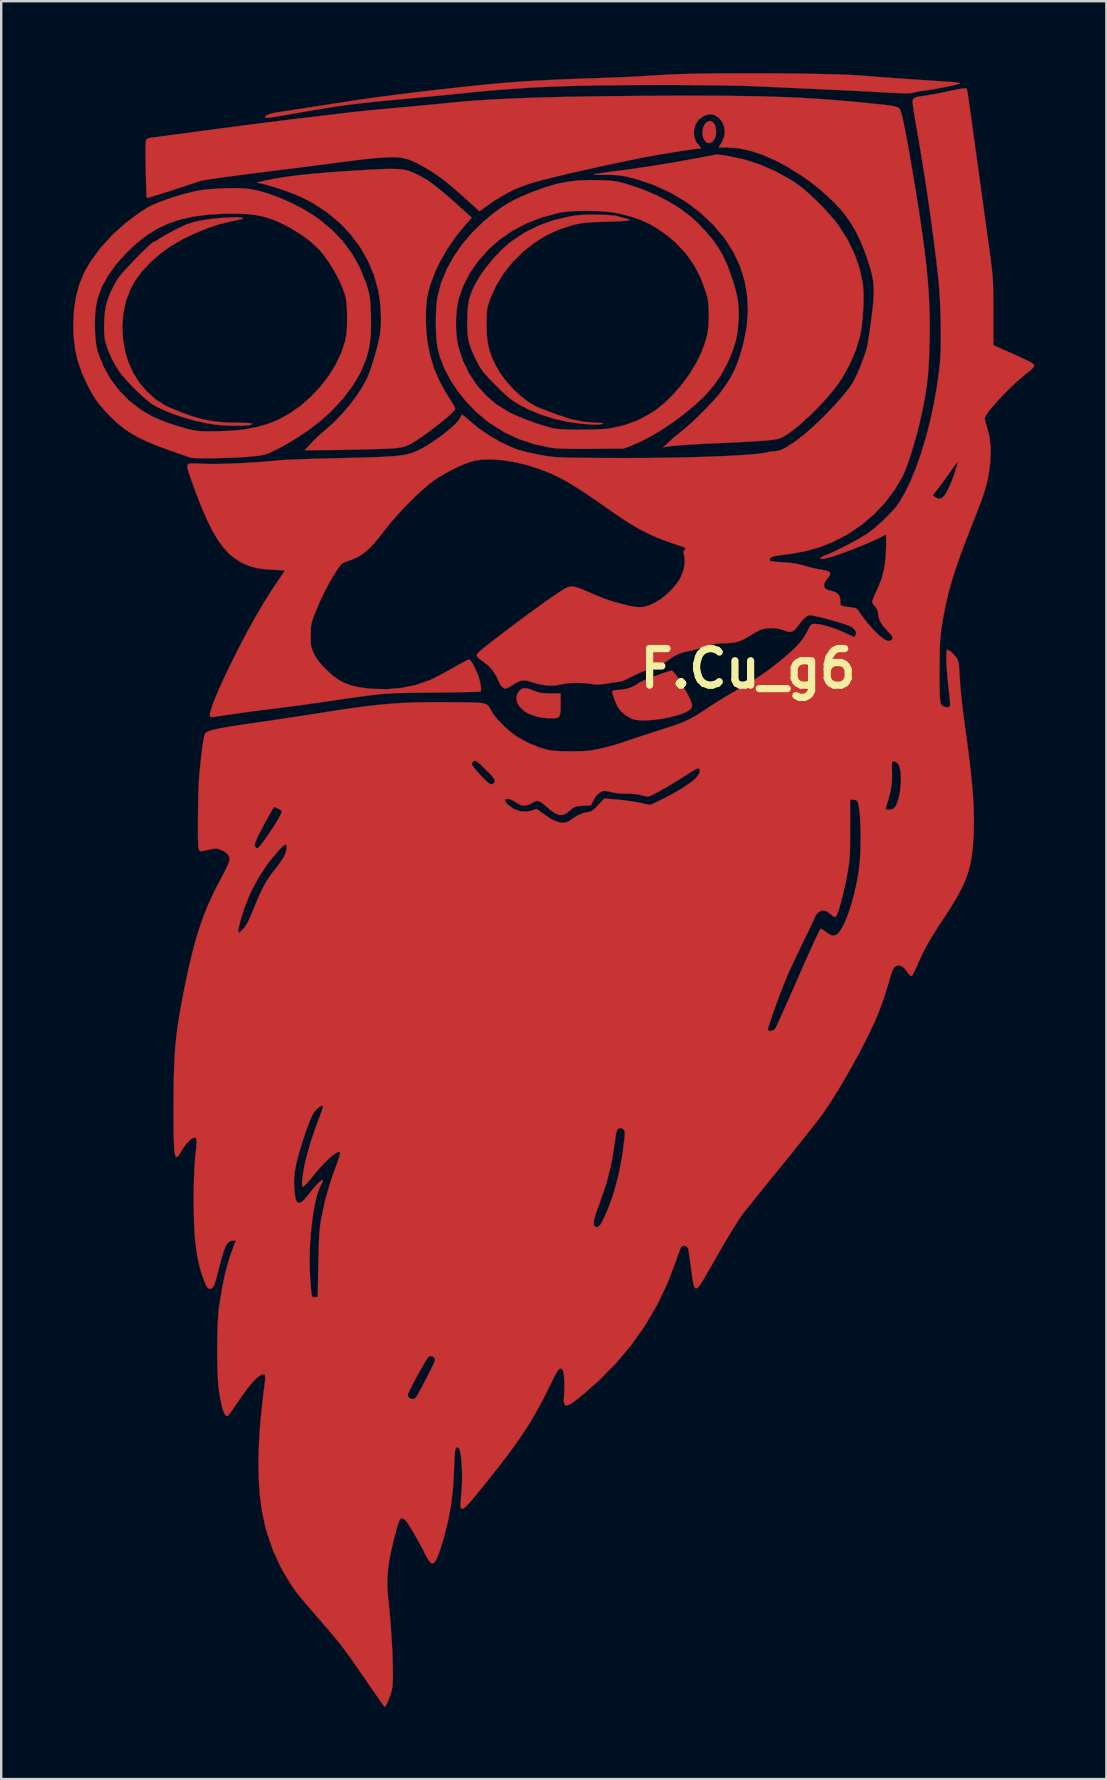
<source format=kicad_pcb>
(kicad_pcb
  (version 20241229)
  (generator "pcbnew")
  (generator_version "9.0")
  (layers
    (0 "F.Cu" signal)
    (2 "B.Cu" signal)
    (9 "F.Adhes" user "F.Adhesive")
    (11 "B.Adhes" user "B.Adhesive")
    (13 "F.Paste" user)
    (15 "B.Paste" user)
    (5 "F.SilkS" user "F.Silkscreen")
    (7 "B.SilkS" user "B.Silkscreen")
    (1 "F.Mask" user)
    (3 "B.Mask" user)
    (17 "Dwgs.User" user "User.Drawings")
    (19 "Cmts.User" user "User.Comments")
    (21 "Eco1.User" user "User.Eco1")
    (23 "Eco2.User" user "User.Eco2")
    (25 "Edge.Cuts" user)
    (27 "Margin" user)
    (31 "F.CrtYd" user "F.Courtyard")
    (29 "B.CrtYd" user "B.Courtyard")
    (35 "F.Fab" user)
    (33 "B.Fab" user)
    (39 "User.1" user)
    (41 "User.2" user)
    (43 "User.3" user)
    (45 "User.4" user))
  (footprint "F.Cu_g6"
    (layer "F.Cu")
    (at 28.118 24.809)
    (property "Reference" "F.Cu_g6" (at 0 0 0) (layer "F.SilkS") (effects (font (size 1.524 1.524) (thickness 0.3))))
    (attr through_hole)
    (fp_poly (pts (xy -1.477 -22.781) (xy -1.396 -22.683) (xy -1.345 -22.543) (xy -1.326 -22.381) (xy -1.341 -22.217) (xy -1.392 -22.07) (xy -1.482 -21.959) (xy -1.494 -21.95) (xy -1.607 -21.893) (xy -1.702 -21.909) (xy -1.776 -21.969) (xy -1.86 -22.099) (xy -1.898 -22.259) (xy -1.894 -22.429) (xy -1.852 -22.589) (xy -1.776 -22.719) (xy -1.671 -22.8) (xy -1.587 -22.818) (xy -1.477 -22.781)) (stroke (width 0.01) (type solid)) (fill yes) (layer "F.Cu"))
    (fp_poly (pts (xy -9.224 0.82) (xy -9.067 0.867) (xy -8.936 0.919) (xy -8.786 0.975) (xy -8.65 1.01) (xy -8.498 1.028) (xy -8.3 1.035) (xy -8.234 1.035) (xy -7.811 1.037) (xy -7.811 1.486) (xy -7.813 1.719) (xy -7.827 1.881) (xy -7.862 1.985) (xy -7.926 2.042) (xy -8.03 2.067) (xy -8.182 2.071) (xy -8.228 2.071) (xy -8.419 2.061) (xy -8.612 2.038) (xy -8.742 2.013) (xy -8.977 1.945) (xy -9.156 1.871) (xy -9.308 1.779) (xy -9.348 1.749) (xy -9.517 1.584) (xy -9.62 1.404) (xy -9.653 1.221) (xy -9.615 1.05) (xy -9.528 0.928) (xy -9.435 0.85) (xy -9.341 0.814) (xy -9.224 0.82)) (stroke (width 0.01) (type solid)) (fill yes) (layer "F.Cu"))
    (fp_poly (pts (xy -3.124 0.12) (xy -3.039 0.218) (xy -2.935 0.364) (xy -2.818 0.544) (xy -2.697 0.744) (xy -2.581 0.949) (xy -2.478 1.146) (xy -2.396 1.32) (xy -2.344 1.458) (xy -2.328 1.535) (xy -2.358 1.64) (xy -2.45 1.735) (xy -2.612 1.825) (xy -2.852 1.915) (xy -2.888 1.926) (xy -3.202 2.013) (xy -3.532 2.08) (xy -3.862 2.128) (xy -4.174 2.154) (xy -4.452 2.158) (xy -4.68 2.136) (xy -4.807 2.103) (xy -5.078 1.962) (xy -5.297 1.773) (xy -5.374 1.675) (xy -5.447 1.551) (xy -5.519 1.398) (xy -5.584 1.236) (xy -5.631 1.089) (xy -5.655 0.978) (xy -5.65 0.929) (xy -5.598 0.908) (xy -5.487 0.893) (xy -5.363 0.889) (xy -5.122 0.86) (xy -4.875 0.785) (xy -4.656 0.674) (xy -4.551 0.595) (xy -4.489 0.56) (xy -4.363 0.504) (xy -4.193 0.435) (xy -3.994 0.357) (xy -3.784 0.279) (xy -3.581 0.206) (xy -3.402 0.145) (xy -3.264 0.103) (xy -3.184 0.085) (xy -3.18 0.085) (xy -3.124 0.12)) (stroke (width 0.01) (type solid)) (fill yes) (layer "F.Cu"))
    (fp_poly (pts (xy -21.122 -18.797) (xy -21.049 -18.775) (xy -21.04 -18.759) (xy -21.079 -18.741) (xy -21.185 -18.712) (xy -21.344 -18.676) (xy -21.538 -18.637) (xy -21.557 -18.633) (xy -22.033 -18.517) (xy -22.554 -18.341) (xy -23.11 -18.109) (xy -23.553 -17.895) (xy -24.039 -17.615) (xy -24.492 -17.29) (xy -24.902 -16.93) (xy -25.259 -16.545) (xy -25.551 -16.146) (xy -25.733 -15.816) (xy -25.917 -15.332) (xy -26.03 -14.813) (xy -26.072 -14.271) (xy -26.044 -13.72) (xy -25.944 -13.173) (xy -25.82 -12.769) (xy -25.618 -12.319) (xy -25.352 -11.902) (xy -25.034 -11.529) (xy -24.672 -11.211) (xy -24.278 -10.96) (xy -24.103 -10.876) (xy -23.607 -10.672) (xy -23.162 -10.513) (xy -22.747 -10.395) (xy -22.346 -10.314) (xy -21.939 -10.266) (xy -21.508 -10.246) (xy -21.361 -10.245) (xy -21.075 -10.242) (xy -20.86 -10.233) (xy -20.721 -10.219) (xy -20.658 -10.199) (xy -20.674 -10.176) (xy -20.773 -10.148) (xy -20.791 -10.144) (xy -20.907 -10.132) (xy -21.086 -10.125) (xy -21.306 -10.123) (xy -21.547 -10.126) (xy -21.788 -10.134) (xy -22.006 -10.147) (xy -22.18 -10.163) (xy -22.183 -10.164) (xy -22.586 -10.229) (xy -23.009 -10.323) (xy -23.435 -10.44) (xy -23.847 -10.573) (xy -24.227 -10.718) (xy -24.56 -10.869) (xy -24.828 -11.02) (xy -24.864 -11.045) (xy -25.028 -11.171) (xy -25.229 -11.347) (xy -25.449 -11.554) (xy -25.673 -11.778) (xy -25.883 -12) (xy -26.063 -12.204) (xy -26.196 -12.374) (xy -26.204 -12.386) (xy -26.399 -12.701) (xy -26.569 -13.037) (xy -26.703 -13.37) (xy -26.789 -13.674) (xy -26.8 -13.735) (xy -26.825 -13.973) (xy -26.831 -14.262) (xy -26.82 -14.571) (xy -26.794 -14.869) (xy -26.753 -15.127) (xy -26.731 -15.217) (xy -26.584 -15.635) (xy -26.375 -16.052) (xy -26.245 -16.262) (xy -26.167 -16.364) (xy -26.048 -16.504) (xy -25.898 -16.672) (xy -25.726 -16.857) (xy -25.542 -17.049) (xy -25.357 -17.238) (xy -25.181 -17.414) (xy -25.023 -17.566) (xy -24.893 -17.684) (xy -24.802 -17.759) (xy -24.762 -17.78) (xy -24.696 -17.804) (xy -24.6 -17.862) (xy -24.578 -17.878) (xy -24.463 -17.954) (xy -24.292 -18.054) (xy -24.084 -18.168) (xy -23.861 -18.284) (xy -23.644 -18.392) (xy -23.452 -18.482) (xy -23.367 -18.518) (xy -23.109 -18.602) (xy -22.781 -18.674) (xy -22.395 -18.733) (xy -21.965 -18.777) (xy -21.792 -18.789) (xy -21.49 -18.803) (xy -21.267 -18.806) (xy -21.122 -18.797)) (stroke (width 0.01) (type solid)) (fill yes) (layer "F.Cu"))
    (fp_poly (pts (xy -0.847 -21.359) (xy -0.168 -21.218) (xy 0.51 -20.999) (xy 1.17 -20.71) (xy 1.796 -20.358) (xy 2.042 -20.195) (xy 2.287 -20.007) (xy 2.565 -19.767) (xy 2.856 -19.492) (xy 3.145 -19.2) (xy 3.415 -18.907) (xy 3.647 -18.63) (xy 3.778 -18.457) (xy 4.146 -17.877) (xy 4.437 -17.281) (xy 4.648 -16.675) (xy 4.778 -16.066) (xy 4.793 -15.946) (xy 4.812 -15.678) (xy 4.814 -15.352) (xy 4.801 -14.992) (xy 4.775 -14.625) (xy 4.737 -14.274) (xy 4.689 -13.964) (xy 4.657 -13.814) (xy 4.49 -13.262) (xy 4.252 -12.706) (xy 3.955 -12.167) (xy 3.794 -11.921) (xy 3.588 -11.642) (xy 3.345 -11.349) (xy 3.076 -11.049) (xy 2.791 -10.754) (xy 2.499 -10.472) (xy 2.211 -10.212) (xy 1.937 -9.983) (xy 1.685 -9.796) (xy 1.467 -9.659) (xy 1.319 -9.591) (xy 1.208 -9.563) (xy 1.035 -9.536) (xy 0.797 -9.51) (xy 0.491 -9.485) (xy 0.112 -9.46) (xy -0.343 -9.435) (xy -0.877 -9.41) (xy -1.185 -9.397) (xy -1.706 -9.374) (xy -2.171 -9.349) (xy -2.576 -9.325) (xy -2.914 -9.299) (xy -3.18 -9.274) (xy -3.368 -9.25) (xy -3.389 -9.246) (xy -3.535 -9.22) (xy -3.316 -9.425) (xy -3.178 -9.549) (xy -3.003 -9.697) (xy -2.825 -9.842) (xy -2.778 -9.878) (xy -2.588 -10.035) (xy -2.363 -10.237) (xy -2.117 -10.47) (xy -1.866 -10.718) (xy -1.624 -10.966) (xy -1.407 -11.2) (xy -1.228 -11.405) (xy -1.136 -11.521) (xy -0.915 -11.83) (xy -0.733 -12.118) (xy -0.581 -12.407) (xy -0.45 -12.715) (xy -0.331 -13.063) (xy -0.214 -13.47) (xy -0.183 -13.589) (xy -0.052 -14.249) (xy -0.003 -14.902) (xy -0.034 -15.543) (xy -0.144 -16.167) (xy -0.333 -16.769) (xy -0.599 -17.343) (xy -0.942 -17.885) (xy -0.99 -17.95) (xy -1.457 -18.501) (xy -1.986 -18.999) (xy -2.573 -19.441) (xy -3.211 -19.822) (xy -3.895 -20.139) (xy -4.618 -20.388) (xy -4.932 -20.471) (xy -5.159 -20.521) (xy -5.37 -20.552) (xy -5.597 -20.569) (xy -5.872 -20.574) (xy -5.902 -20.574) (xy -6.104 -20.576) (xy -6.268 -20.58) (xy -6.381 -20.587) (xy -6.426 -20.595) (xy -6.426 -20.596) (xy -6.38 -20.607) (xy -6.261 -20.627) (xy -6.079 -20.654) (xy -5.846 -20.686) (xy -5.572 -20.723) (xy -5.269 -20.762) (xy -5.223 -20.767) (xy -4.863 -20.816) (xy -4.444 -20.876) (xy -3.991 -20.946) (xy -3.529 -21.02) (xy -3.081 -21.095) (xy -2.673 -21.168) (xy -2.662 -21.17) (xy -1.28 -21.424) (xy -0.847 -21.359)) (stroke (width 0.01) (type solid)) (fill yes) (layer "F.Cu"))
    (fp_poly (pts (xy -6.198 -18.913) (xy -5.939 -18.904) (xy -5.708 -18.889) (xy -5.525 -18.869) (xy -5.406 -18.843) (xy -5.397 -18.84) (xy -5.266 -18.797) (xy -5.118 -18.763) (xy -5.108 -18.761) (xy -5.003 -18.733) (xy -4.943 -18.699) (xy -4.939 -18.69) (xy -4.978 -18.675) (xy -5.096 -18.66) (xy -5.288 -18.646) (xy -5.549 -18.633) (xy -5.874 -18.622) (xy -5.884 -18.622) (xy -6.212 -18.612) (xy -6.471 -18.602) (xy -6.679 -18.588) (xy -6.853 -18.57) (xy -7.009 -18.547) (xy -7.165 -18.516) (xy -7.303 -18.483) (xy -7.861 -18.306) (xy -8.4 -18.055) (xy -8.91 -17.738) (xy -9.383 -17.363) (xy -9.811 -16.937) (xy -10.184 -16.47) (xy -10.494 -15.968) (xy -10.733 -15.44) (xy -10.802 -15.24) (xy -10.842 -15.099) (xy -10.87 -14.968) (xy -10.887 -14.825) (xy -10.895 -14.649) (xy -10.897 -14.418) (xy -10.896 -14.309) (xy -10.884 -13.919) (xy -10.848 -13.588) (xy -10.783 -13.289) (xy -10.685 -12.998) (xy -10.547 -12.691) (xy -10.54 -12.677) (xy -10.336 -12.324) (xy -10.082 -11.978) (xy -9.791 -11.652) (xy -9.477 -11.358) (xy -9.154 -11.11) (xy -8.834 -10.921) (xy -8.636 -10.837) (xy -8.541 -10.802) (xy -8.386 -10.744) (xy -8.194 -10.671) (xy -7.984 -10.591) (xy -7.959 -10.581) (xy -7.392 -10.395) (xy -6.855 -10.283) (xy -6.339 -10.244) (xy -6.329 -10.244) (xy -6.155 -10.24) (xy -6.062 -10.228) (xy -6.046 -10.209) (xy -6.054 -10.202) (xy -6.141 -10.177) (xy -6.303 -10.168) (xy -6.543 -10.175) (xy -6.862 -10.197) (xy -6.948 -10.204) (xy -7.516 -10.282) (xy -8.084 -10.412) (xy -8.636 -10.586) (xy -9.152 -10.8) (xy -9.615 -11.047) (xy -9.842 -11.197) (xy -9.96 -11.29) (xy -10.118 -11.43) (xy -10.302 -11.601) (xy -10.494 -11.788) (xy -10.607 -11.902) (xy -10.801 -12.104) (xy -10.947 -12.264) (xy -11.058 -12.399) (xy -11.148 -12.526) (xy -11.229 -12.663) (xy -11.313 -12.826) (xy -11.335 -12.87) (xy -11.471 -13.16) (xy -11.57 -13.407) (xy -11.636 -13.637) (xy -11.675 -13.875) (xy -11.694 -14.146) (xy -11.698 -14.476) (xy -11.698 -14.478) (xy -11.69 -14.828) (xy -11.667 -15.116) (xy -11.623 -15.365) (xy -11.555 -15.597) (xy -11.458 -15.835) (xy -11.388 -15.981) (xy -11.183 -16.336) (xy -10.92 -16.709) (xy -10.617 -17.078) (xy -10.292 -17.422) (xy -9.962 -17.72) (xy -9.864 -17.798) (xy -9.32 -18.162) (xy -8.726 -18.459) (xy -8.089 -18.687) (xy -7.411 -18.844) (xy -7.166 -18.882) (xy -6.97 -18.901) (xy -6.732 -18.912) (xy -6.468 -18.916) (xy -6.198 -18.913)) (stroke (width 0.01) (type solid)) (fill yes) (layer "F.Cu"))
    (fp_poly (pts (xy -14.676 -20.817) (xy -14.492 -20.806) (xy -14.335 -20.785) (xy -14.197 -20.754) (xy -14.07 -20.714) (xy -13.945 -20.663) (xy -13.815 -20.602) (xy -13.737 -20.564) (xy -13.551 -20.464) (xy -13.365 -20.35) (xy -13.168 -20.214) (xy -12.951 -20.05) (xy -12.706 -19.849) (xy -12.422 -19.606) (xy -12.091 -19.312) (xy -11.969 -19.202) (xy -11.513 -18.79) (xy -11.836 -18.423) (xy -12.203 -17.967) (xy -12.535 -17.479) (xy -12.825 -16.975) (xy -13.065 -16.468) (xy -13.247 -15.972) (xy -13.366 -15.503) (xy -13.378 -15.431) (xy -13.407 -15.169) (xy -13.422 -14.85) (xy -13.423 -14.501) (xy -13.41 -14.147) (xy -13.384 -13.815) (xy -13.355 -13.589) (xy -13.242 -13.031) (xy -13.087 -12.517) (xy -12.88 -12.024) (xy -12.611 -11.528) (xy -12.447 -11.266) (xy -12.344 -11.102) (xy -12.263 -10.962) (xy -12.212 -10.861) (xy -12.201 -10.818) (xy -12.245 -10.752) (xy -12.347 -10.645) (xy -12.498 -10.507) (xy -12.686 -10.347) (xy -12.901 -10.173) (xy -13.132 -9.994) (xy -13.368 -9.818) (xy -13.598 -9.655) (xy -13.812 -9.512) (xy -13.847 -9.49) (xy -13.984 -9.405) (xy -14.104 -9.337) (xy -14.218 -9.284) (xy -14.339 -9.243) (xy -14.477 -9.212) (xy -14.645 -9.19) (xy -14.855 -9.173) (xy -15.117 -9.161) (xy -15.444 -9.15) (xy -15.727 -9.142) (xy -16.091 -9.133) (xy -16.473 -9.124) (xy -16.851 -9.116) (xy -17.204 -9.11) (xy -17.51 -9.106) (xy -17.711 -9.105) (xy -18.468 -9.102) (xy -18.301 -9.282) (xy -18.128 -9.465) (xy -17.988 -9.608) (xy -17.856 -9.733) (xy -17.706 -9.864) (xy -17.531 -10.012) (xy -17.209 -10.305) (xy -16.888 -10.64) (xy -16.583 -11.001) (xy -16.306 -11.371) (xy -16.069 -11.734) (xy -15.885 -12.074) (xy -15.831 -12.195) (xy -15.732 -12.458) (xy -15.627 -12.777) (xy -15.525 -13.123) (xy -15.433 -13.467) (xy -15.36 -13.782) (xy -15.342 -13.872) (xy -15.303 -14.186) (xy -15.291 -14.555) (xy -15.304 -14.953) (xy -15.342 -15.356) (xy -15.404 -15.738) (xy -15.411 -15.769) (xy -15.586 -16.398) (xy -15.838 -16.998) (xy -16.163 -17.564) (xy -16.556 -18.091) (xy -17.015 -18.573) (xy -17.533 -19.006) (xy -18.108 -19.384) (xy -18.521 -19.603) (xy -18.785 -19.721) (xy -19.101 -19.845) (xy -19.439 -19.967) (xy -19.773 -20.075) (xy -20.076 -20.161) (xy -20.227 -20.198) (xy -20.468 -20.25) (xy -20.151 -20.327) (xy -19.753 -20.41) (xy -19.276 -20.487) (xy -18.717 -20.559) (xy -18.077 -20.624) (xy -17.354 -20.685) (xy -16.806 -20.723) (xy -16.288 -20.756) (xy -15.846 -20.783) (xy -15.472 -20.803) (xy -15.157 -20.816) (xy -14.895 -20.821) (xy -14.676 -20.817)) (stroke (width 0.01) (type solid)) (fill yes) (layer "F.Cu"))
    (fp_poly (pts (xy 0.421 -24.803) (xy 1.009 -24.801) (xy 1.59 -24.796) (xy 2.156 -24.79) (xy 2.696 -24.781) (xy 3.201 -24.771) (xy 3.661 -24.759) (xy 4.066 -24.746) (xy 4.409 -24.73) (xy 4.677 -24.713) (xy 4.72 -24.71) (xy 4.904 -24.694) (xy 5.093 -24.679) (xy 5.296 -24.663) (xy 5.519 -24.646) (xy 5.771 -24.628) (xy 6.059 -24.607) (xy 6.391 -24.584) (xy 6.774 -24.558) (xy 7.217 -24.527) (xy 7.727 -24.493) (xy 8.311 -24.454) (xy 8.503 -24.441) (xy 8.667 -24.426) (xy 8.785 -24.409) (xy 8.843 -24.392) (xy 8.842 -24.383) (xy 8.769 -24.358) (xy 8.63 -24.322) (xy 8.442 -24.28) (xy 8.222 -24.235) (xy 7.988 -24.19) (xy 7.757 -24.148) (xy 7.547 -24.113) (xy 7.374 -24.089) (xy 7.37 -24.089) (xy 7.186 -24.063) (xy 7.019 -24.032) (xy 6.898 -24.003) (xy 6.879 -23.997) (xy 6.818 -23.983) (xy 6.719 -23.975) (xy 6.576 -23.973) (xy 6.379 -23.977) (xy 6.12 -23.987) (xy 5.792 -24.003) (xy 5.5 -24.018) (xy 5.238 -24.033) (xy 4.98 -24.047) (xy 4.718 -24.061) (xy 4.446 -24.075) (xy 4.155 -24.089) (xy 3.838 -24.105) (xy 3.489 -24.121) (xy 3.099 -24.139) (xy 2.662 -24.159) (xy 2.169 -24.181) (xy 1.615 -24.206) (xy 0.99 -24.234) (xy 0.288 -24.265) (xy 0.275 -24.266) (xy -0.033 -24.277) (xy -0.416 -24.287) (xy -0.864 -24.296) (xy -1.367 -24.304) (xy -1.914 -24.31) (xy -2.497 -24.314) (xy -3.104 -24.317) (xy -3.727 -24.318) (xy -3.831 -24.318) (xy -4.743 -24.315) (xy -5.58 -24.309) (xy -6.353 -24.299) (xy -7.069 -24.285) (xy -7.74 -24.265) (xy -8.375 -24.241) (xy -8.984 -24.211) (xy -9.577 -24.175) (xy -10.162 -24.132) (xy -10.751 -24.083) (xy -11.352 -24.027) (xy -11.578 -24.004) (xy -12.008 -23.961) (xy -12.468 -23.915) (xy -12.937 -23.869) (xy -13.395 -23.825) (xy -13.823 -23.784) (xy -14.2 -23.748) (xy -14.415 -23.729) (xy -14.988 -23.675) (xy -15.493 -23.626) (xy -15.948 -23.578) (xy -16.369 -23.529) (xy -16.772 -23.477) (xy -17.175 -23.42) (xy -17.594 -23.355) (xy -18.046 -23.281) (xy -18.548 -23.194) (xy -18.779 -23.154) (xy -19.144 -23.09) (xy -19.434 -23.039) (xy -19.659 -23.002) (xy -19.827 -22.975) (xy -19.947 -22.959) (xy -20.027 -22.952) (xy -20.078 -22.953) (xy -20.106 -22.961) (xy -20.122 -22.975) (xy -20.127 -22.983) (xy -20.108 -23.021) (xy -20.025 -23.068) (xy -19.897 -23.115) (xy -19.742 -23.155) (xy -19.62 -23.177) (xy -19.515 -23.192) (xy -19.343 -23.218) (xy -19.118 -23.252) (xy -18.859 -23.292) (xy -18.579 -23.335) (xy -18.5 -23.347) (xy -18.203 -23.394) (xy -17.846 -23.449) (xy -17.452 -23.51) (xy -17.043 -23.574) (xy -16.643 -23.636) (xy -16.341 -23.683) (xy -16.052 -23.725) (xy -15.692 -23.776) (xy -15.276 -23.831) (xy -14.816 -23.891) (xy -14.326 -23.953) (xy -13.82 -24.015) (xy -13.311 -24.075) (xy -12.813 -24.133) (xy -12.679 -24.148) (xy -11.99 -24.225) (xy -11.367 -24.291) (xy -10.793 -24.348) (xy -10.253 -24.397) (xy -9.73 -24.439) (xy -9.208 -24.475) (xy -8.671 -24.506) (xy -8.104 -24.535) (xy -7.49 -24.561) (xy -6.813 -24.586) (xy -6.54 -24.595) (xy -6.155 -24.608) (xy -5.827 -24.619) (xy -5.54 -24.63) (xy -5.28 -24.641) (xy -5.029 -24.652) (xy -4.772 -24.665) (xy -4.494 -24.681) (xy -4.178 -24.699) (xy -3.81 -24.721) (xy -3.379 -24.748) (xy -3.081 -24.762) (xy -2.713 -24.775) (xy -2.286 -24.785) (xy -1.808 -24.793) (xy -1.288 -24.799) (xy -0.738 -24.802) (xy -0.165 -24.804) (xy 0.421 -24.803)) (stroke (width 0.01) (type solid)) (fill yes) (layer "F.Cu"))
    (fp_poly (pts (xy -6.216 -20.351) (xy -5.937 -20.341) (xy -5.721 -20.327) (xy -5.544 -20.307) (xy -5.383 -20.279) (xy -5.217 -20.239) (xy -5.08 -20.2) (xy -4.444 -19.989) (xy -3.84 -19.736) (xy -3.278 -19.447) (xy -2.771 -19.129) (xy -2.33 -18.786) (xy -2.123 -18.595) (xy -1.769 -18.225) (xy -1.477 -17.879) (xy -1.236 -17.538) (xy -1.033 -17.183) (xy -0.856 -16.795) (xy -0.695 -16.356) (xy -0.675 -16.295) (xy -0.562 -15.935) (xy -0.48 -15.628) (xy -0.426 -15.355) (xy -0.396 -15.091) (xy -0.387 -14.815) (xy -0.393 -14.545) (xy -0.431 -14.08) (xy -0.511 -13.654) (xy -0.64 -13.236) (xy -0.826 -12.796) (xy -0.846 -12.753) (xy -1.115 -12.251) (xy -1.421 -11.806) (xy -1.783 -11.39) (xy -1.844 -11.328) (xy -2.218 -10.977) (xy -2.638 -10.628) (xy -3.087 -10.292) (xy -3.549 -9.979) (xy -4.009 -9.702) (xy -4.448 -9.471) (xy -4.838 -9.302) (xy -5.186 -9.17) (xy -6.519 -9.159) (xy -6.951 -9.157) (xy -7.308 -9.158) (xy -7.599 -9.163) (xy -7.836 -9.171) (xy -8.027 -9.184) (xy -8.183 -9.202) (xy -8.23 -9.209) (xy -8.913 -9.354) (xy -9.546 -9.564) (xy -10.142 -9.843) (xy -10.709 -10.195) (xy -10.875 -10.315) (xy -11.312 -10.682) (xy -11.716 -11.095) (xy -12.078 -11.544) (xy -12.391 -12.016) (xy -12.646 -12.498) (xy -12.835 -12.979) (xy -12.942 -13.397) (xy -12.974 -13.64) (xy -12.995 -13.944) (xy -13.002 -14.186) (xy -12.168 -14.186) (xy -12.139 -13.791) (xy -12.078 -13.442) (xy -12.069 -13.404) (xy -11.88 -12.829) (xy -11.624 -12.296) (xy -11.303 -11.813) (xy -10.923 -11.383) (xy -10.488 -11.013) (xy -10.003 -10.707) (xy -9.884 -10.646) (xy -9.592 -10.513) (xy -9.257 -10.378) (xy -8.905 -10.248) (xy -8.562 -10.134) (xy -8.254 -10.046) (xy -8.112 -10.011) (xy -7.948 -9.987) (xy -7.717 -9.969) (xy -7.438 -9.958) (xy -7.126 -9.952) (xy -6.802 -9.952) (xy -6.481 -9.959) (xy -6.182 -9.972) (xy -5.922 -9.99) (xy -5.747 -10.011) (xy -5.158 -10.139) (xy -4.605 -10.341) (xy -4.078 -10.621) (xy -3.83 -10.785) (xy -3.463 -11.081) (xy -3.098 -11.441) (xy -2.749 -11.848) (xy -2.431 -12.283) (xy -2.16 -12.726) (xy -1.949 -13.161) (xy -1.948 -13.164) (xy -1.823 -13.483) (xy -1.736 -13.756) (xy -1.679 -14.012) (xy -1.648 -14.279) (xy -1.636 -14.584) (xy -1.635 -14.711) (xy -1.638 -14.965) (xy -1.646 -15.16) (xy -1.663 -15.318) (xy -1.692 -15.465) (xy -1.734 -15.626) (xy -1.752 -15.684) (xy -1.969 -16.278) (xy -2.248 -16.814) (xy -2.591 -17.299) (xy -3.003 -17.738) (xy -3.356 -18.038) (xy -3.719 -18.3) (xy -4.075 -18.512) (xy -4.444 -18.684) (xy -4.849 -18.825) (xy -5.311 -18.946) (xy -5.435 -18.974) (xy -5.707 -19.018) (xy -6.037 -19.05) (xy -6.402 -19.069) (xy -6.78 -19.075) (xy -7.15 -19.068) (xy -7.49 -19.047) (xy -7.777 -19.012) (xy -7.874 -18.994) (xy -8.578 -18.806) (xy -9.232 -18.553) (xy -9.832 -18.235) (xy -10.378 -17.855) (xy -10.817 -17.463) (xy -11.243 -16.986) (xy -11.592 -16.484) (xy -11.862 -15.961) (xy -12.051 -15.421) (xy -12.072 -15.341) (xy -12.135 -14.99) (xy -12.167 -14.595) (xy -12.168 -14.186) (xy -13.002 -14.186) (xy -13.005 -14.283) (xy -13.003 -14.634) (xy -12.991 -14.973) (xy -12.968 -15.276) (xy -12.935 -15.509) (xy -12.79 -16.063) (xy -12.567 -16.615) (xy -12.268 -17.159) (xy -11.901 -17.687) (xy -11.47 -18.192) (xy -10.98 -18.665) (xy -10.541 -19.023) (xy -10.276 -19.214) (xy -10.019 -19.377) (xy -9.749 -19.525) (xy -9.443 -19.67) (xy -9.082 -19.822) (xy -8.997 -19.856) (xy -8.478 -20.046) (xy -8.001 -20.187) (xy -7.54 -20.283) (xy -7.072 -20.338) (xy -6.571 -20.357) (xy -6.216 -20.351)) (stroke (width 0.01) (type solid)) (fill yes) (layer "F.Cu"))
    (fp_poly (pts (xy -21.028 -20.009) (xy -20.791 -19.987) (xy -20.397 -19.91) (xy -19.961 -19.782) (xy -19.501 -19.611) (xy -19.035 -19.406) (xy -18.583 -19.175) (xy -18.164 -18.926) (xy -17.865 -18.719) (xy -17.335 -18.279) (xy -16.88 -17.801) (xy -16.496 -17.281) (xy -16.179 -16.713) (xy -15.927 -16.092) (xy -15.851 -15.854) (xy -15.809 -15.705) (xy -15.778 -15.569) (xy -15.755 -15.426) (xy -15.739 -15.259) (xy -15.728 -15.049) (xy -15.719 -14.778) (xy -15.717 -14.69) (xy -15.712 -14.263) (xy -15.724 -13.901) (xy -15.754 -13.584) (xy -15.806 -13.294) (xy -15.882 -13.01) (xy -15.96 -12.775) (xy -16.182 -12.274) (xy -16.485 -11.769) (xy -16.864 -11.267) (xy -17.318 -10.773) (xy -17.449 -10.644) (xy -17.867 -10.277) (xy -18.348 -9.913) (xy -18.871 -9.567) (xy -19.415 -9.251) (xy -19.706 -9.102) (xy -19.864 -9.025) (xy -19.99 -8.969) (xy -20.103 -8.928) (xy -20.223 -8.899) (xy -20.369 -8.875) (xy -20.56 -8.854) (xy -20.815 -8.83) (xy -20.829 -8.828) (xy -21.048 -8.811) (xy -21.308 -8.797) (xy -21.595 -8.785) (xy -21.896 -8.775) (xy -22.197 -8.769) (xy -22.485 -8.766) (xy -22.745 -8.766) (xy -22.965 -8.77) (xy -23.131 -8.778) (xy -23.229 -8.79) (xy -23.241 -8.793) (xy -23.299 -8.814) (xy -23.424 -8.858) (xy -23.602 -8.92) (xy -23.82 -8.996) (xy -24.063 -9.081) (xy -24.088 -9.09) (xy -24.59 -9.273) (xy -25.021 -9.45) (xy -25.395 -9.628) (xy -25.722 -9.813) (xy -26.016 -10.013) (xy -26.289 -10.236) (xy -26.554 -10.488) (xy -26.571 -10.506) (xy -26.821 -10.769) (xy -27.021 -11.003) (xy -27.189 -11.231) (xy -27.341 -11.476) (xy -27.496 -11.763) (xy -27.534 -11.84) (xy -27.764 -12.347) (xy -27.931 -12.834) (xy -28.04 -13.325) (xy -28.099 -13.845) (xy -28.11 -14.18) (xy -27.216 -14.18) (xy -27.199 -13.84) (xy -27.166 -13.53) (xy -27.118 -13.272) (xy -27.094 -13.187) (xy -26.867 -12.61) (xy -26.57 -12.076) (xy -26.208 -11.591) (xy -25.785 -11.16) (xy -25.307 -10.789) (xy -24.819 -10.504) (xy -24.601 -10.405) (xy -24.335 -10.299) (xy -24.041 -10.194) (xy -23.739 -10.096) (xy -23.449 -10.012) (xy -23.194 -9.947) (xy -22.991 -9.909) (xy -22.966 -9.906) (xy -22.732 -9.89) (xy -22.438 -9.885) (xy -22.107 -9.888) (xy -21.763 -9.901) (xy -21.428 -9.921) (xy -21.128 -9.948) (xy -20.955 -9.971) (xy -20.434 -10.071) (xy -19.969 -10.207) (xy -19.574 -10.369) (xy -19.095 -10.632) (xy -18.635 -10.958) (xy -18.205 -11.336) (xy -17.812 -11.756) (xy -17.465 -12.207) (xy -17.173 -12.678) (xy -16.945 -13.16) (xy -16.789 -13.642) (xy -16.759 -13.78) (xy -16.727 -14.005) (xy -16.708 -14.279) (xy -16.701 -14.58) (xy -16.707 -14.883) (xy -16.724 -15.166) (xy -16.752 -15.405) (xy -16.779 -15.536) (xy -16.886 -15.85) (xy -17.042 -16.198) (xy -17.235 -16.56) (xy -17.452 -16.912) (xy -17.679 -17.232) (xy -17.866 -17.456) (xy -18.175 -17.75) (xy -18.558 -18.042) (xy -19.008 -18.325) (xy -19.156 -18.408) (xy -19.505 -18.586) (xy -19.838 -18.725) (xy -20.171 -18.828) (xy -20.52 -18.899) (xy -20.903 -18.942) (xy -21.334 -18.959) (xy -21.832 -18.954) (xy -21.843 -18.953) (xy -22.512 -18.915) (xy -23.113 -18.837) (xy -23.659 -18.715) (xy -24.16 -18.545) (xy -24.627 -18.323) (xy -25.069 -18.045) (xy -25.499 -17.705) (xy -25.908 -17.319) (xy -26.333 -16.845) (xy -26.673 -16.371) (xy -26.929 -15.899) (xy -27.1 -15.427) (xy -27.16 -15.155) (xy -27.197 -14.86) (xy -27.215 -14.528) (xy -27.216 -14.18) (xy -28.11 -14.18) (xy -28.113 -14.291) (xy -28.087 -14.917) (xy -28.003 -15.489) (xy -27.86 -16.017) (xy -27.654 -16.511) (xy -27.405 -16.946) (xy -26.991 -17.513) (xy -26.504 -18.051) (xy -25.952 -18.551) (xy -25.343 -19.006) (xy -25.053 -19.193) (xy -24.85 -19.301) (xy -24.58 -19.418) (xy -24.262 -19.538) (xy -23.91 -19.655) (xy -23.544 -19.763) (xy -23.179 -19.857) (xy -22.997 -19.898) (xy -22.734 -19.942) (xy -22.414 -19.977) (xy -22.059 -20.002) (xy -21.694 -20.016) (xy -21.342 -20.019) (xy -21.028 -20.009)) (stroke (width 0.01) (type solid)) (fill yes) (layer "F.Cu"))
    (fp_poly (pts (xy 9.099 -24.172) (xy 9.105 -24.166) (xy 9.129 -24.098) (xy 9.153 -23.983) (xy 9.159 -23.945) (xy 9.181 -23.789) (xy 9.213 -23.558) (xy 9.254 -23.262) (xy 9.303 -22.91) (xy 9.358 -22.512) (xy 9.419 -22.075) (xy 9.483 -21.609) (xy 9.55 -21.123) (xy 9.619 -20.626) (xy 9.688 -20.128) (xy 9.755 -19.636) (xy 9.821 -19.16) (xy 9.883 -18.71) (xy 9.94 -18.293) (xy 9.991 -17.92) (xy 10.035 -17.599) (xy 10.071 -17.339) (xy 10.096 -17.149) (xy 10.106 -17.081) (xy 10.138 -16.833) (xy 10.163 -16.615) (xy 10.183 -16.411) (xy 10.197 -16.207) (xy 10.208 -15.987) (xy 10.214 -15.736) (xy 10.218 -15.439) (xy 10.22 -15.082) (xy 10.221 -14.855) (xy 10.223 -13.476) (xy 11.07 -13.099) (xy 11.361 -12.967) (xy 11.581 -12.864) (xy 11.74 -12.784) (xy 11.845 -12.723) (xy 11.904 -12.676) (xy 11.926 -12.639) (xy 11.927 -12.636) (xy 11.906 -12.57) (xy 11.827 -12.481) (xy 11.682 -12.361) (xy 11.658 -12.343) (xy 11.459 -12.184) (xy 11.24 -11.994) (xy 11.012 -11.781) (xy 10.783 -11.557) (xy 10.561 -11.329) (xy 10.355 -11.107) (xy 10.174 -10.9) (xy 10.027 -10.717) (xy 9.923 -10.569) (xy 9.869 -10.463) (xy 9.864 -10.435) (xy 9.877 -10.345) (xy 9.912 -10.21) (xy 9.944 -10.108) (xy 10.06 -9.66) (xy 10.11 -9.172) (xy 10.095 -8.638) (xy 10.052 -8.268) (xy 10.006 -7.995) (xy 9.949 -7.732) (xy 9.877 -7.463) (xy 9.784 -7.172) (xy 9.665 -6.841) (xy 9.515 -6.455) (xy 9.479 -6.364) (xy 9.232 -5.739) (xy 9.018 -5.182) (xy 8.833 -4.682) (xy 8.676 -4.231) (xy 8.542 -3.82) (xy 8.429 -3.438) (xy 8.333 -3.078) (xy 8.252 -2.728) (xy 8.213 -2.542) (xy 8.148 -2.213) (xy 8.097 -1.93) (xy 8.057 -1.677) (xy 8.027 -1.437) (xy 8.006 -1.193) (xy 7.992 -0.929) (xy 7.984 -0.629) (xy 7.981 -0.275) (xy 7.98 0.108) (xy 7.98 0.474) (xy 7.982 0.764) (xy 7.985 0.99) (xy 7.99 1.16) (xy 7.999 1.284) (xy 8.01 1.372) (xy 8.025 1.433) (xy 8.044 1.477) (xy 8.055 1.494) (xy 8.137 1.58) (xy 8.25 1.608) (xy 8.277 1.609) (xy 8.339 1.607) (xy 8.383 1.596) (xy 8.41 1.562) (xy 8.421 1.496) (xy 8.418 1.384) (xy 8.403 1.216) (xy 8.376 0.979) (xy 8.363 0.868) (xy 8.327 0.537) (xy 8.299 0.22) (xy 8.279 -0.072) (xy 8.267 -0.328) (xy 8.265 -0.538) (xy 8.271 -0.689) (xy 8.288 -0.772) (xy 8.296 -0.782) (xy 8.354 -0.773) (xy 8.444 -0.713) (xy 8.547 -0.618) (xy 8.646 -0.506) (xy 8.724 -0.395) (xy 8.759 -0.32) (xy 8.775 -0.231) (xy 8.791 -0.077) (xy 8.807 0.122) (xy 8.82 0.348) (xy 8.824 0.418) (xy 8.838 0.642) (xy 8.862 0.928) (xy 8.895 1.253) (xy 8.934 1.597) (xy 8.976 1.937) (xy 8.994 2.069) (xy 9.09 2.766) (xy 9.171 3.387) (xy 9.24 3.942) (xy 9.295 4.439) (xy 9.339 4.886) (xy 9.372 5.293) (xy 9.395 5.667) (xy 9.408 6.016) (xy 9.411 6.35) (xy 9.407 6.677) (xy 9.394 7.006) (xy 9.393 7.029) (xy 9.365 7.447) (xy 9.321 7.823) (xy 9.257 8.169) (xy 9.169 8.5) (xy 9.05 8.828) (xy 8.896 9.165) (xy 8.703 9.525) (xy 8.466 9.92) (xy 8.18 10.364) (xy 8.1 10.484) (xy 7.837 10.884) (xy 7.618 11.238) (xy 7.431 11.566) (xy 7.266 11.887) (xy 7.112 12.22) (xy 7.024 12.425) (xy 6.95 12.589) (xy 6.882 12.719) (xy 6.829 12.799) (xy 6.808 12.815) (xy 6.756 12.787) (xy 6.682 12.705) (xy 6.625 12.625) (xy 6.49 12.458) (xy 6.352 12.376) (xy 6.211 12.378) (xy 6.149 12.405) (xy 6.1 12.442) (xy 6.056 12.503) (xy 6.012 12.601) (xy 5.96 12.75) (xy 5.895 12.964) (xy 5.88 13.018) (xy 5.742 13.477) (xy 5.602 13.898) (xy 5.452 14.299) (xy 5.285 14.699) (xy 5.093 15.115) (xy 4.868 15.566) (xy 4.629 16.023) (xy 4.325 16.579) (xy 4.016 17.12) (xy 3.711 17.631) (xy 3.419 18.095) (xy 3.15 18.496) (xy 3.15 18.497) (xy 3.061 18.619) (xy 2.925 18.798) (xy 2.748 19.027) (xy 2.537 19.296) (xy 2.297 19.598) (xy 2.036 19.924) (xy 1.761 20.267) (xy 1.476 20.619) (xy 1.388 20.727) (xy 1.108 21.071) (xy 0.839 21.402) (xy 0.587 21.714) (xy 0.357 22) (xy 0.156 22.251) (xy -0.012 22.461) (xy -0.14 22.622) (xy -0.223 22.728) (xy -0.242 22.754) (xy -0.361 22.926) (xy -0.514 23.165) (xy -0.698 23.462) (xy -0.907 23.809) (xy -1.135 24.199) (xy -1.38 24.623) (xy -1.586 24.985) (xy -1.765 25.301) (xy -1.909 25.543) (xy -2.022 25.711) (xy -2.11 25.806) (xy -2.177 25.827) (xy -2.23 25.774) (xy -2.272 25.649) (xy -2.31 25.45) (xy -2.348 25.179) (xy -2.369 25.013) (xy -2.403 24.759) (xy -2.435 24.53) (xy -2.464 24.34) (xy -2.488 24.204) (xy -2.503 24.141) (xy -2.568 24.067) (xy -2.667 24.044) (xy -2.762 24.077) (xy -2.784 24.098) (xy -2.813 24.157) (xy -2.862 24.279) (xy -2.923 24.447) (xy -2.991 24.643) (xy -2.996 24.659) (xy -3.356 25.608) (xy -3.788 26.512) (xy -4.291 27.371) (xy -4.865 28.185) (xy -5.512 28.955) (xy -6.231 29.681) (xy -6.795 30.177) (xy -7.06 30.395) (xy -7.269 30.555) (xy -7.428 30.658) (xy -7.542 30.705) (xy -7.617 30.696) (xy -7.66 30.632) (xy -7.675 30.512) (xy -7.669 30.337) (xy -7.66 30.236) (xy -7.648 30.025) (xy -7.647 29.802) (xy -7.657 29.586) (xy -7.677 29.399) (xy -7.704 29.263) (xy -7.724 29.213) (xy -7.786 29.175) (xy -7.832 29.168) (xy -7.871 29.186) (xy -7.922 29.245) (xy -7.99 29.354) (xy -8.079 29.521) (xy -8.196 29.755) (xy -8.245 29.856) (xy -8.469 30.309) (xy -8.691 30.731) (xy -8.918 31.133) (xy -9.156 31.527) (xy -9.414 31.923) (xy -9.698 32.333) (xy -10.016 32.767) (xy -10.375 33.237) (xy -10.783 33.753) (xy -10.941 33.95) (xy -11.185 34.252) (xy -11.384 34.494) (xy -11.541 34.681) (xy -11.664 34.819) (xy -11.758 34.915) (xy -11.828 34.974) (xy -11.88 35.004) (xy -11.91 35.01) (xy -11.943 35.003) (xy -11.965 34.975) (xy -11.976 34.915) (xy -11.978 34.811) (xy -11.969 34.652) (xy -11.951 34.428) (xy -11.934 34.245) (xy -11.919 33.998) (xy -11.913 33.729) (xy -11.916 33.454) (xy -11.928 33.188) (xy -11.947 32.944) (xy -11.973 32.737) (xy -12.003 32.582) (xy -12.039 32.494) (xy -12.049 32.483) (xy -12.103 32.449) (xy -12.145 32.444) (xy -12.177 32.476) (xy -12.201 32.554) (xy -12.218 32.687) (xy -12.231 32.882) (xy -12.241 33.149) (xy -12.247 33.329) (xy -12.288 34.095) (xy -12.369 34.811) (xy -12.495 35.502) (xy -12.67 36.196) (xy -12.815 36.673) (xy -12.911 36.947) (xy -12.995 37.139) (xy -13.074 37.253) (xy -13.151 37.289) (xy -13.231 37.25) (xy -13.32 37.138) (xy -13.422 36.954) (xy -13.436 36.926) (xy -13.556 36.69) (xy -13.69 36.441) (xy -13.827 36.194) (xy -13.96 35.964) (xy -14.081 35.764) (xy -14.181 35.609) (xy -14.252 35.513) (xy -14.258 35.507) (xy -14.335 35.434) (xy -14.399 35.399) (xy -14.456 35.408) (xy -14.51 35.47) (xy -14.564 35.59) (xy -14.624 35.774) (xy -14.694 36.031) (xy -14.749 36.245) (xy -14.862 36.726) (xy -14.946 37.147) (xy -15 37.526) (xy -15.028 37.881) (xy -15.031 38.23) (xy -15.01 38.593) (xy -14.987 38.82) (xy -14.939 39.278) (xy -14.897 39.771) (xy -14.86 40.276) (xy -14.831 40.769) (xy -14.811 41.227) (xy -14.801 41.626) (xy -14.801 41.656) (xy -14.8 41.939) (xy -14.802 42.155) (xy -14.809 42.318) (xy -14.821 42.445) (xy -14.841 42.554) (xy -14.87 42.659) (xy -14.894 42.733) (xy -14.964 42.929) (xy -15.031 43.093) (xy -15.087 43.209) (xy -15.127 43.263) (xy -15.132 43.265) (xy -15.162 43.232) (xy -15.229 43.145) (xy -15.32 43.019) (xy -15.379 42.937) (xy -15.474 42.799) (xy -15.606 42.609) (xy -15.762 42.382) (xy -15.932 42.135) (xy -16.103 41.885) (xy -16.13 41.846) (xy -16.387 41.474) (xy -16.613 41.154) (xy -16.822 40.87) (xy -17.028 40.603) (xy -17.245 40.336) (xy -17.486 40.048) (xy -17.766 39.724) (xy -17.779 39.708) (xy -18.043 39.406) (xy -18.257 39.159) (xy -18.43 38.957) (xy -18.57 38.793) (xy -18.682 38.656) (xy -18.776 38.538) (xy -18.857 38.431) (xy -18.933 38.324) (xy -19.011 38.21) (xy -19.073 38.119) (xy -19.455 37.475) (xy -19.777 36.776) (xy -20.036 36.031) (xy -20.13 35.687) (xy -20.254 35.094) (xy -20.34 34.449) (xy -20.388 33.749) (xy -20.399 32.991) (xy -20.372 32.17) (xy -20.308 31.283) (xy -20.206 30.326) (xy -20.199 30.268) (xy -14.182 30.268) (xy -14.146 30.363) (xy -14.061 30.423) (xy -13.957 30.439) (xy -13.865 30.398) (xy -13.853 30.385) (xy -13.799 30.304) (xy -13.719 30.168) (xy -13.621 29.991) (xy -13.512 29.787) (xy -13.399 29.571) (xy -13.29 29.356) (xy -13.192 29.158) (xy -13.112 28.991) (xy -13.059 28.868) (xy -13.039 28.806) (xy -13.039 28.805) (xy -13.074 28.709) (xy -13.161 28.652) (xy -13.269 28.652) (xy -13.3 28.664) (xy -13.341 28.712) (xy -13.412 28.82) (xy -13.507 28.977) (xy -13.617 29.167) (xy -13.734 29.377) (xy -13.853 29.593) (xy -13.963 29.801) (xy -14.059 29.987) (xy -14.132 30.137) (xy -14.174 30.237) (xy -14.182 30.268) (xy -20.199 30.268) (xy -20.146 29.855) (xy -20.121 29.638) (xy -20.118 29.495) (xy -20.14 29.417) (xy -20.191 29.395) (xy -20.274 29.42) (xy -20.309 29.437) (xy -20.452 29.54) (xy -20.629 29.718) (xy -20.837 29.969) (xy -21.076 30.291) (xy -21.248 30.54) (xy -21.38 30.734) (xy -21.499 30.904) (xy -21.595 31.036) (xy -21.659 31.118) (xy -21.679 31.139) (xy -21.744 31.137) (xy -21.809 31.056) (xy -21.874 30.902) (xy -21.936 30.681) (xy -21.994 30.399) (xy -22.045 30.062) (xy -22.061 29.93) (xy -22.085 29.659) (xy -22.102 29.323) (xy -22.113 28.94) (xy -22.117 28.528) (xy -22.115 28.106) (xy -22.107 27.69) (xy -22.094 27.3) (xy -22.074 26.953) (xy -22.048 26.668) (xy -22.041 26.607) (xy -21.918 25.829) (xy -21.766 25.12) (xy -21.584 24.486) (xy -21.427 24.056) (xy -21.337 23.834) (xy -21.456 23.834) (xy -21.554 23.848) (xy -21.639 23.896) (xy -21.716 23.986) (xy -21.79 24.127) (xy -21.864 24.326) (xy -21.943 24.592) (xy -22.032 24.933) (xy -22.034 24.938) (xy -22.106 25.223) (xy -22.163 25.437) (xy -22.21 25.591) (xy -22.25 25.697) (xy -22.288 25.765) (xy -22.329 25.807) (xy -22.361 25.828) (xy -22.43 25.849) (xy -22.492 25.824) (xy -22.554 25.743) (xy -22.624 25.597) (xy -22.682 25.45) (xy -22.773 25.193) (xy -22.847 24.94) (xy -22.91 24.67) (xy -22.965 24.358) (xy -23.016 24.003) (xy -23.045 23.725) (xy -23.067 23.38) (xy -23.083 22.983) (xy -23.093 22.552) (xy -23.096 22.104) (xy -23.093 21.655) (xy -23.089 21.486) (xy -18.916 21.486) (xy -18.912 21.59) (xy -18.89 21.882) (xy -18.853 22.091) (xy -18.798 22.219) (xy -18.721 22.268) (xy -18.622 22.24) (xy -18.497 22.134) (xy -18.344 21.953) (xy -18.325 21.929) (xy -18.178 21.743) (xy -18.035 21.577) (xy -17.906 21.441) (xy -17.802 21.346) (xy -17.732 21.303) (xy -17.712 21.305) (xy -17.717 21.353) (xy -17.757 21.449) (xy -17.799 21.526) (xy -17.891 21.729) (xy -17.977 22.005) (xy -18.054 22.341) (xy -18.121 22.726) (xy -18.178 23.148) (xy -18.222 23.595) (xy -18.252 24.055) (xy -18.267 24.516) (xy -18.265 24.966) (xy -18.246 25.379) (xy -18.226 25.664) (xy -18.209 25.875) (xy -18.192 26.023) (xy -18.173 26.118) (xy -18.148 26.172) (xy -18.116 26.196) (xy -18.073 26.199) (xy -18.041 26.196) (xy -17.928 26.183) (xy -17.902 24.807) (xy -17.893 24.398) (xy -17.884 24.062) (xy -17.874 23.785) (xy -17.861 23.555) (xy -17.845 23.36) (xy -17.826 23.187) (xy -17.81 23.08) (xy -6.432 23.08) (xy -6.42 23.195) (xy -6.367 23.26) (xy -6.307 23.28) (xy -6.259 23.261) (xy -6.194 23.22) (xy -6.137 23.151) (xy -6.06 23.014) (xy -5.969 22.824) (xy -5.87 22.594) (xy -5.768 22.337) (xy -5.67 22.067) (xy -5.592 21.833) (xy -5.39 21.086) (xy -5.236 20.275) (xy -5.145 19.553) (xy -5.133 19.392) (xy -5.139 19.29) (xy -5.167 19.226) (xy -5.186 19.204) (xy -5.286 19.141) (xy -5.386 19.159) (xy -5.428 19.188) (xy -5.466 19.25) (xy -5.501 19.378) (xy -5.532 19.579) (xy -5.544 19.685) (xy -5.682 20.574) (xy -5.901 21.454) (xy -6.203 22.331) (xy -6.224 22.385) (xy -6.335 22.682) (xy -6.404 22.912) (xy -6.432 23.08) (xy -17.81 23.08) (xy -17.802 23.025) (xy -17.785 22.924) (xy -17.612 22.121) (xy -17.382 21.336) (xy -17.204 20.835) (xy -17.125 20.62) (xy -17.061 20.43) (xy -17.015 20.28) (xy -16.994 20.186) (xy -16.994 20.164) (xy -17.022 20.13) (xy -17.08 20.14) (xy -17.141 20.17) (xy -17.272 20.257) (xy -17.438 20.396) (xy -17.623 20.572) (xy -17.813 20.771) (xy -17.991 20.977) (xy -18.017 21.008) (xy -18.217 21.254) (xy -18.371 21.431) (xy -18.481 21.542) (xy -18.547 21.588) (xy -18.557 21.59) (xy -18.578 21.551) (xy -18.583 21.444) (xy -18.571 21.282) (xy -18.546 21.079) (xy -18.509 20.85) (xy -18.461 20.609) (xy -18.418 20.426) (xy -18.233 19.763) (xy -17.998 19.066) (xy -17.836 18.637) (xy -17.773 18.469) (xy -17.729 18.331) (xy -17.709 18.24) (xy -17.711 18.216) (xy -17.77 18.211) (xy -17.862 18.262) (xy -17.97 18.355) (xy -18.077 18.479) (xy -18.102 18.514) (xy -18.166 18.631) (xy -18.247 18.814) (xy -18.339 19.05) (xy -18.437 19.322) (xy -18.536 19.616) (xy -18.631 19.917) (xy -18.717 20.21) (xy -18.789 20.48) (xy -18.84 20.701) (xy -18.889 20.979) (xy -18.913 21.225) (xy -18.916 21.486) (xy -23.089 21.486) (xy -23.083 21.222) (xy -23.067 20.822) (xy -23.044 20.472) (xy -23.017 20.198) (xy -22.986 19.936) (xy -22.973 19.747) (xy -22.978 19.624) (xy -23.003 19.556) (xy -23.049 19.534) (xy -23.107 19.545) (xy -23.225 19.618) (xy -23.361 19.75) (xy -23.499 19.925) (xy -23.609 20.1) (xy -23.678 20.217) (xy -23.736 20.301) (xy -23.785 20.347) (xy -23.826 20.351) (xy -23.859 20.307) (xy -23.884 20.211) (xy -23.903 20.059) (xy -23.917 19.846) (xy -23.927 19.567) (xy -23.932 19.218) (xy -23.935 18.794) (xy -23.935 18.29) (xy -23.935 18.246) (xy -23.932 17.631) (xy -23.925 17.086) (xy -23.911 16.598) (xy -23.89 16.151) (xy -23.86 15.731) (xy -23.819 15.324) (xy -23.786 15.063) (xy 0.825 15.063) (xy 0.877 15.097) (xy 0.969 15.093) (xy 1.069 15.058) (xy 1.128 15.015) (xy 1.154 14.968) (xy 1.21 14.85) (xy 1.293 14.669) (xy 1.4 14.433) (xy 1.528 14.149) (xy 1.672 13.823) (xy 1.831 13.464) (xy 2 13.08) (xy 2.078 12.901) (xy 2.25 12.509) (xy 2.414 12.141) (xy 2.565 11.804) (xy 2.7 11.507) (xy 2.817 11.255) (xy 2.912 11.056) (xy 2.982 10.917) (xy 3.022 10.846) (xy 3.031 10.837) (xy 3.09 10.863) (xy 3.187 10.928) (xy 3.26 10.986) (xy 3.425 11.098) (xy 3.566 11.132) (xy 3.692 11.089) (xy 3.787 11.001) (xy 3.917 10.808) (xy 4.049 10.544) (xy 4.178 10.219) (xy 4.3 9.846) (xy 4.413 9.438) (xy 4.512 9.006) (xy 4.594 8.563) (xy 4.634 8.285) (xy 4.662 8.014) (xy 4.681 7.706) (xy 4.692 7.375) (xy 4.695 7.034) (xy 4.69 6.696) (xy 4.678 6.376) (xy 4.66 6.086) (xy 4.634 5.84) (xy 4.632 5.829) (xy 5.743 5.829) (xy 5.747 5.86) (xy 5.815 5.882) (xy 5.923 5.879) (xy 6.028 5.854) (xy 6.051 5.844) (xy 6.138 5.755) (xy 6.214 5.599) (xy 6.278 5.392) (xy 6.328 5.151) (xy 6.36 4.892) (xy 6.374 4.632) (xy 6.366 4.387) (xy 6.335 4.174) (xy 6.281 4.014) (xy 6.205 3.918) (xy 6.109 3.864) (xy 6.022 3.867) (xy 6.016 3.871) (xy 6.001 3.921) (xy 5.994 4.038) (xy 5.995 4.202) (xy 6 4.311) (xy 5.997 4.709) (xy 5.941 5.104) (xy 5.828 5.524) (xy 5.799 5.611) (xy 5.761 5.737) (xy 5.743 5.829) (xy 4.632 5.829) (xy 4.603 5.652) (xy 4.565 5.535) (xy 4.489 5.476) (xy 4.391 5.461) (xy 4.255 5.461) (xy 4.254 6.678) (xy 4.253 7.049) (xy 4.251 7.35) (xy 4.245 7.595) (xy 4.237 7.798) (xy 4.224 7.972) (xy 4.206 8.134) (xy 4.182 8.296) (xy 4.158 8.441) (xy 4.094 8.785) (xy 4.023 9.121) (xy 3.95 9.439) (xy 3.876 9.726) (xy 3.806 9.97) (xy 3.742 10.161) (xy 3.687 10.286) (xy 3.662 10.323) (xy 3.62 10.347) (xy 3.562 10.328) (xy 3.472 10.257) (xy 3.439 10.228) (xy 3.27 10.109) (xy 3.115 10.074) (xy 2.974 10.122) (xy 2.898 10.187) (xy 2.829 10.271) (xy 2.795 10.33) (xy 2.794 10.336) (xy 2.776 10.382) (xy 2.726 10.494) (xy 2.647 10.662) (xy 2.546 10.875) (xy 2.426 11.124) (xy 2.293 11.398) (xy 2.282 11.42) (xy 2.136 11.723) (xy 1.991 12.027) (xy 1.855 12.316) (xy 1.736 12.574) (xy 1.642 12.786) (xy 1.588 12.912) (xy 1.484 13.169) (xy 1.375 13.448) (xy 1.266 13.736) (xy 1.161 14.023) (xy 1.062 14.297) (xy 0.976 14.546) (xy 0.905 14.758) (xy 0.854 14.923) (xy 0.827 15.029) (xy 0.825 15.063) (xy -23.786 15.063) (xy -23.767 14.915) (xy -23.702 14.491) (xy -23.622 14.036) (xy -23.527 13.537) (xy -23.448 13.145) (xy -23.3 12.451) (xy -23.152 11.83) (xy -23.001 11.267) (xy -22.912 10.981) (xy -21.245 10.981) (xy -21.22 11.008) (xy -21.165 10.978) (xy -21.077 10.895) (xy -21.053 10.869) (xy -20.986 10.794) (xy -20.926 10.71) (xy -20.864 10.605) (xy -20.795 10.467) (xy -20.713 10.284) (xy -20.612 10.043) (xy -20.513 9.8) (xy -20.355 9.426) (xy -20.205 9.114) (xy -20.053 8.844) (xy -19.886 8.593) (xy -19.693 8.344) (xy -19.686 8.334) (xy -19.557 8.169) (xy -19.437 7.999) (xy -19.346 7.853) (xy -19.324 7.813) (xy -19.263 7.663) (xy -19.228 7.52) (xy -19.221 7.404) (xy -19.244 7.335) (xy -19.271 7.324) (xy -19.322 7.353) (xy -19.412 7.43) (xy -19.524 7.54) (xy -19.55 7.567) (xy -19.997 8.103) (xy -20.393 8.698) (xy -20.73 9.337) (xy -21 10.005) (xy -21.148 10.493) (xy -21.207 10.729) (xy -21.24 10.889) (xy -21.245 10.981) (xy -22.912 10.981) (xy -22.84 10.749) (xy -22.667 10.263) (xy -22.476 9.797) (xy -22.264 9.336) (xy -22.025 8.869) (xy -21.965 8.757) (xy -21.817 8.48) (xy -21.71 8.263) (xy -21.641 8.098) (xy -21.607 7.972) (xy -21.606 7.875) (xy -21.636 7.795) (xy -21.693 7.723) (xy -21.705 7.71) (xy -21.83 7.616) (xy -21.98 7.542) (xy -22.01 7.531) (xy -22.093 7.509) (xy -22.17 7.499) (xy -22.259 7.503) (xy -22.379 7.523) (xy -22.549 7.562) (xy -22.712 7.601) (xy -22.77 7.613) (xy -22.816 7.612) (xy -22.852 7.59) (xy -22.879 7.539) (xy -22.898 7.449) (xy -22.908 7.337) (xy -20.555 7.337) (xy -20.55 7.399) (xy -20.532 7.429) (xy -20.472 7.482) (xy -20.443 7.493) (xy -20.403 7.461) (xy -20.327 7.376) (xy -20.228 7.253) (xy -20.177 7.186) (xy -20.06 7.022) (xy -19.918 6.814) (xy -19.773 6.591) (xy -19.664 6.418) (xy -19.544 6.219) (xy -19.468 6.079) (xy -19.429 5.988) (xy -19.425 5.936) (xy -19.438 5.919) (xy -19.538 5.858) (xy -19.641 5.804) (xy -19.72 5.769) (xy -19.748 5.765) (xy -19.787 5.823) (xy -19.857 5.94) (xy -19.948 6.101) (xy -20.053 6.289) (xy -20.162 6.49) (xy -20.267 6.687) (xy -20.36 6.865) (xy -20.432 7.008) (xy -20.468 7.087) (xy -20.529 7.24) (xy -20.555 7.337) (xy -22.908 7.337) (xy -22.91 7.314) (xy -22.917 7.125) (xy -22.92 6.873) (xy -22.92 6.55) (xy -22.919 6.277) (xy -22.916 5.926) (xy -22.91 5.574) (xy -22.909 5.501) (xy -10.129 5.501) (xy -10.084 5.591) (xy -10.002 5.676) (xy -9.746 5.853) (xy -9.48 5.948) (xy -9.206 5.96) (xy -8.981 5.908) (xy -8.808 5.847) (xy -8.545 6.04) (xy -8.258 6.234) (xy -8.012 6.361) (xy -7.8 6.421) (xy -7.615 6.417) (xy -7.449 6.35) (xy -7.382 6.303) (xy -7.112 6.121) (xy -6.849 6.014) (xy -6.699 5.986) (xy -6.595 5.968) (xy -6.51 5.933) (xy -6.423 5.869) (xy -6.312 5.76) (xy -6.244 5.687) (xy -5.989 5.413) (xy -5.439 5.46) (xy -5.182 5.486) (xy -4.908 5.522) (xy -4.654 5.563) (xy -4.482 5.596) (xy -4.075 5.685) (xy -3.585 5.45) (xy -3.297 5.304) (xy -3.01 5.144) (xy -2.738 4.98) (xy -2.498 4.822) (xy -2.304 4.679) (xy -2.174 4.564) (xy -2.055 4.412) (xy -2.004 4.281) (xy -2.024 4.18) (xy -2.031 4.171) (xy -2.063 4.154) (xy -2.118 4.165) (xy -2.208 4.207) (xy -2.344 4.287) (xy -2.536 4.41) (xy -2.56 4.426) (xy -2.817 4.59) (xy -3.081 4.752) (xy -3.34 4.907) (xy -3.583 5.046) (xy -3.799 5.165) (xy -3.977 5.257) (xy -4.105 5.315) (xy -4.17 5.334) (xy -4.259 5.321) (xy -4.39 5.29) (xy -4.466 5.268) (xy -4.673 5.228) (xy -4.939 5.211) (xy -5.059 5.211) (xy -5.394 5.2) (xy -5.665 5.152) (xy -5.684 5.146) (xy -5.847 5.109) (xy -5.989 5.095) (xy -6.048 5.1) (xy -6.194 5.171) (xy -6.333 5.311) (xy -6.453 5.504) (xy -6.462 5.524) (xy -6.541 5.694) (xy -6.884 5.715) (xy -7.057 5.728) (xy -7.173 5.747) (xy -7.26 5.782) (xy -7.344 5.845) (xy -7.423 5.916) (xy -7.575 6.035) (xy -7.719 6.095) (xy -7.867 6.095) (xy -8.03 6.031) (xy -8.219 5.903) (xy -8.43 5.722) (xy -8.587 5.591) (xy -8.711 5.523) (xy -8.819 5.514) (xy -8.931 5.559) (xy -8.981 5.592) (xy -9.111 5.66) (xy -9.259 5.702) (xy -9.267 5.703) (xy -9.372 5.707) (xy -9.472 5.681) (xy -9.596 5.617) (xy -9.668 5.572) (xy -9.807 5.492) (xy -9.931 5.437) (xy -10.008 5.419) (xy -10.104 5.441) (xy -10.129 5.501) (xy -22.909 5.501) (xy -22.902 5.238) (xy -22.892 4.934) (xy -22.88 4.68) (xy -22.867 4.493) (xy -22.867 4.487) (xy -22.822 4.018) (xy -22.817 3.975) (xy -11.515 3.975) (xy -11.486 4.038) (xy -11.41 4.142) (xy -11.299 4.274) (xy -11.169 4.418) (xy -11.033 4.56) (xy -10.904 4.685) (xy -10.798 4.778) (xy -10.726 4.824) (xy -10.715 4.826) (xy -10.622 4.798) (xy -10.592 4.775) (xy -10.554 4.721) (xy -10.552 4.657) (xy -10.592 4.575) (xy -10.68 4.464) (xy -10.822 4.314) (xy -10.94 4.196) (xy -11.105 4.036) (xy -11.223 3.929) (xy -11.304 3.866) (xy -11.361 3.84) (xy -11.405 3.841) (xy -11.427 3.851) (xy -11.496 3.918) (xy -11.515 3.975) (xy -22.817 3.975) (xy -22.778 3.614) (xy -22.737 3.278) (xy -22.698 3.015) (xy -22.661 2.828) (xy -22.629 2.721) (xy -22.617 2.701) (xy -22.571 2.66) (xy -22.503 2.622) (xy -22.405 2.584) (xy -22.27 2.547) (xy -22.09 2.507) (xy -21.859 2.463) (xy -21.569 2.414) (xy -21.212 2.359) (xy -20.783 2.295) (xy -20.574 2.265) (xy -20.141 2.202) (xy -19.669 2.132) (xy -19.18 2.058) (xy -18.696 1.985) (xy -18.241 1.914) (xy -17.837 1.851) (xy -17.674 1.825) (xy -17.014 1.722) (xy -16.421 1.635) (xy -15.88 1.564) (xy -15.374 1.508) (xy -14.889 1.464) (xy -14.407 1.433) (xy -13.915 1.413) (xy -13.396 1.402) (xy -12.834 1.399) (xy -12.254 1.404) (xy -11.876 1.408) (xy -11.574 1.412) (xy -11.337 1.42) (xy -11.156 1.432) (xy -11.021 1.451) (xy -10.923 1.481) (xy -10.853 1.522) (xy -10.8 1.577) (xy -10.755 1.649) (xy -10.708 1.74) (xy -10.687 1.783) (xy -10.587 1.937) (xy -10.433 2.123) (xy -10.242 2.323) (xy -10.03 2.521) (xy -9.815 2.701) (xy -9.629 2.835) (xy -9.201 3.076) (xy -8.735 3.271) (xy -8.396 3.374) (xy -8.244 3.405) (xy -8.066 3.427) (xy -7.844 3.44) (xy -7.563 3.446) (xy -7.387 3.447) (xy -7.096 3.445) (xy -6.865 3.438) (xy -6.671 3.424) (xy -6.49 3.401) (xy -6.296 3.365) (xy -6.153 3.335) (xy -5.897 3.274) (xy -5.616 3.197) (xy -5.351 3.117) (xy -5.201 3.067) (xy -5.036 3.01) (xy -4.807 2.933) (xy -4.532 2.842) (xy -4.228 2.743) (xy -3.913 2.641) (xy -3.704 2.574) (xy -3.351 2.461) (xy -3.064 2.365) (xy -2.826 2.279) (xy -2.622 2.196) (xy -2.437 2.108) (xy -2.254 2.009) (xy -2.059 1.89) (xy -1.834 1.745) (xy -1.63 1.609) (xy -1.396 1.456) (xy -1.143 1.297) (xy -0.899 1.149) (xy -0.692 1.028) (xy -0.656 1.008) (xy -0.112 0.696) (xy 0.371 0.395) (xy 0.812 0.091) (xy 1.231 -0.23) (xy 1.609 -0.547) (xy 1.852 -0.765) (xy 2.042 -0.949) (xy 2.19 -1.115) (xy 2.31 -1.277) (xy 2.416 -1.453) (xy 2.481 -1.577) (xy 2.557 -1.722) (xy 2.613 -1.807) (xy 2.665 -1.849) (xy 2.732 -1.862) (xy 2.787 -1.863) (xy 2.981 -1.843) (xy 3.227 -1.788) (xy 3.504 -1.705) (xy 3.791 -1.599) (xy 4.017 -1.5) (xy 4.182 -1.422) (xy 4.317 -1.36) (xy 4.404 -1.322) (xy 4.428 -1.312) (xy 4.456 -1.345) (xy 4.489 -1.4) (xy 4.503 -1.508) (xy 4.446 -1.623) (xy 4.326 -1.728) (xy 4.276 -1.756) (xy 4.163 -1.805) (xy 3.994 -1.864) (xy 3.784 -1.93) (xy 3.55 -1.999) (xy 3.307 -2.066) (xy 3.074 -2.126) (xy 2.865 -2.176) (xy 2.696 -2.21) (xy 2.585 -2.225) (xy 2.558 -2.224) (xy 2.444 -2.18) (xy 2.326 -2.085) (xy 2.192 -1.928) (xy 2.079 -1.768) (xy 1.941 -1.608) (xy 1.801 -1.532) (xy 1.661 -1.538) (xy 1.576 -1.567) (xy 1.454 -1.612) (xy 1.418 -1.625) (xy 1.224 -1.672) (xy 0.99 -1.689) (xy 0.756 -1.677) (xy 0.565 -1.635) (xy 0.449 -1.583) (xy 0.294 -1.5) (xy 0.13 -1.402) (xy 0.105 -1.386) (xy -0.149 -1.236) (xy -0.374 -1.138) (xy -0.601 -1.082) (xy -0.862 -1.06) (xy -0.979 -1.058) (xy -1.203 -1.052) (xy -1.387 -1.029) (xy -1.573 -0.981) (xy -1.715 -0.933) (xy -1.934 -0.864) (xy -2.179 -0.797) (xy -2.399 -0.746) (xy -2.415 -0.743) (xy -2.7 -0.678) (xy -2.932 -0.596) (xy -3.137 -0.486) (xy -3.338 -0.341) (xy -3.501 -0.228) (xy -3.689 -0.135) (xy -3.931 -0.048) (xy -3.973 -0.035) (xy -4.192 0.042) (xy -4.445 0.145) (xy -4.693 0.258) (xy -4.818 0.321) (xy -5.001 0.413) (xy -5.165 0.487) (xy -5.292 0.535) (xy -5.357 0.55) (xy -5.445 0.557) (xy -5.59 0.576) (xy -5.767 0.603) (xy -5.845 0.617) (xy -6.071 0.65) (xy -6.251 0.661) (xy -6.421 0.651) (xy -6.52 0.638) (xy -6.807 0.606) (xy -7.108 0.594) (xy -7.397 0.602) (xy -7.647 0.629) (xy -7.792 0.661) (xy -8.066 0.708) (xy -8.383 0.702) (xy -8.72 0.647) (xy -8.975 0.572) (xy -9.177 0.51) (xy -9.335 0.486) (xy -9.477 0.507) (xy -9.631 0.574) (xy -9.81 0.684) (xy -9.952 0.773) (xy -10.047 0.82) (xy -10.114 0.831) (xy -10.177 0.814) (xy -10.185 0.81) (xy -10.271 0.739) (xy -10.346 0.627) (xy -10.357 0.603) (xy -10.489 0.315) (xy -10.626 0.09) (xy -10.786 -0.094) (xy -10.986 -0.257) (xy -11.07 -0.315) (xy -11.212 -0.423) (xy -11.29 -0.511) (xy -11.303 -0.551) (xy -11.296 -0.583) (xy -11.27 -0.624) (xy -11.219 -0.68) (xy -11.137 -0.756) (xy -11.018 -0.856) (xy -10.855 -0.986) (xy -10.644 -1.15) (xy -10.377 -1.355) (xy -10.048 -1.606) (xy -10.033 -1.617) (xy -9.703 -1.866) (xy -9.369 -2.114) (xy -9.041 -2.355) (xy -8.725 -2.584) (xy -8.432 -2.794) (xy -8.168 -2.979) (xy -7.942 -3.134) (xy -7.763 -3.253) (xy -7.638 -3.329) (xy -7.599 -3.35) (xy -7.468 -3.401) (xy -7.347 -3.421) (xy -7.216 -3.408) (xy -7.054 -3.359) (xy -6.842 -3.273) (xy -6.806 -3.257) (xy -6.475 -3.114) (xy -6.202 -3) (xy -5.968 -2.909) (xy -5.753 -2.834) (xy -5.539 -2.768) (xy -5.306 -2.705) (xy -5.207 -2.679) (xy -4.913 -2.609) (xy -4.68 -2.568) (xy -4.486 -2.557) (xy -4.313 -2.577) (xy -4.14 -2.628) (xy -3.947 -2.712) (xy -3.896 -2.737) (xy -3.619 -2.905) (xy -3.345 -3.127) (xy -3.096 -3.383) (xy -2.893 -3.65) (xy -2.799 -3.814) (xy -2.686 -4.109) (xy -2.634 -4.396) (xy -2.648 -4.659) (xy -2.662 -4.72) (xy -2.688 -4.834) (xy -2.679 -4.901) (xy -2.631 -4.955) (xy -2.628 -4.958) (xy -2.601 -4.985) (xy -2.599 -5.01) (xy -2.634 -5.038) (xy -2.714 -5.074) (xy -2.85 -5.124) (xy -3.052 -5.191) (xy -3.166 -5.229) (xy -3.647 -5.4) (xy -4.1 -5.595) (xy -4.545 -5.822) (xy -5.001 -6.093) (xy -5.487 -6.416) (xy -5.61 -6.502) (xy -6.127 -6.865) (xy -6.58 -7.176) (xy -6.974 -7.438) (xy -7.311 -7.653) (xy -7.594 -7.821) (xy -7.717 -7.889) (xy -8.195 -8.122) (xy -8.698 -8.32) (xy -9.212 -8.482) (xy -9.724 -8.604) (xy -10.22 -8.684) (xy -10.688 -8.718) (xy -11.113 -8.705) (xy -11.403 -8.66) (xy -11.647 -8.588) (xy -11.939 -8.472) (xy -12.258 -8.324) (xy -12.585 -8.151) (xy -12.9 -7.964) (xy -13.055 -7.863) (xy -13.277 -7.697) (xy -13.536 -7.476) (xy -13.821 -7.215) (xy -14.116 -6.925) (xy -14.41 -6.621) (xy -14.689 -6.316) (xy -14.939 -6.023) (xy -15.105 -5.813) (xy -15.359 -5.484) (xy -15.582 -5.219) (xy -15.782 -5.007) (xy -15.973 -4.839) (xy -16.164 -4.707) (xy -16.368 -4.6) (xy -16.594 -4.51) (xy -16.668 -4.484) (xy -16.79 -4.441) (xy -16.879 -4.4) (xy -16.952 -4.344) (xy -17.025 -4.258) (xy -17.115 -4.126) (xy -17.194 -4.006) (xy -17.413 -3.641) (xy -17.636 -3.221) (xy -17.848 -2.776) (xy -18.035 -2.333) (xy -18.061 -2.265) (xy -18.134 -2.069) (xy -18.181 -1.917) (xy -18.208 -1.78) (xy -18.22 -1.627) (xy -18.224 -1.425) (xy -18.224 -1.376) (xy -18.223 -1.165) (xy -18.215 -1.014) (xy -18.196 -0.896) (xy -18.161 -0.787) (xy -18.106 -0.661) (xy -18.086 -0.618) (xy -17.995 -0.449) (xy -17.879 -0.286) (xy -17.723 -0.107) (xy -17.578 0.042) (xy -17.32 0.279) (xy -17.068 0.464) (xy -16.805 0.605) (xy -16.514 0.709) (xy -16.177 0.783) (xy -15.779 0.833) (xy -15.659 0.844) (xy -15.036 0.859) (xy -14.425 0.804) (xy -13.841 0.683) (xy -13.296 0.496) (xy -13.15 0.43) (xy -12.984 0.348) (xy -12.77 0.236) (xy -12.533 0.108) (xy -12.298 -0.024) (xy -12.241 -0.056) (xy -12.042 -0.169) (xy -11.865 -0.264) (xy -11.726 -0.336) (xy -11.638 -0.375) (xy -11.617 -0.381) (xy -11.568 -0.344) (xy -11.499 -0.245) (xy -11.419 -0.102) (xy -11.337 0.069) (xy -11.262 0.249) (xy -11.202 0.422) (xy -11.198 0.436) (xy -11.152 0.624) (xy -11.127 0.788) (xy -11.126 0.907) (xy -11.144 0.956) (xy -11.19 0.961) (xy -11.312 0.966) (xy -11.501 0.972) (xy -11.75 0.978) (xy -12.049 0.984) (xy -12.391 0.989) (xy -12.766 0.994) (xy -13.104 0.998) (xy -13.537 1.002) (xy -13.908 1.006) (xy -14.23 1.011) (xy -14.514 1.018) (xy -14.771 1.028) (xy -15.013 1.041) (xy -15.25 1.059) (xy -15.496 1.083) (xy -15.76 1.114) (xy -16.054 1.152) (xy -16.39 1.199) (xy -16.779 1.255) (xy -17.233 1.322) (xy -17.587 1.374) (xy -17.954 1.427) (xy -18.337 1.481) (xy -18.716 1.534) (xy -19.071 1.581) (xy -19.382 1.621) (xy -19.622 1.65) (xy -19.861 1.679) (xy -20.144 1.715) (xy -20.457 1.755) (xy -20.785 1.799) (xy -21.113 1.845) (xy -21.429 1.889) (xy -21.717 1.931) (xy -21.963 1.967) (xy -22.154 1.997) (xy -22.273 2.018) (xy -22.372 2.021) (xy -22.419 1.973) (xy -22.42 1.973) (xy -22.42 1.885) (xy -22.382 1.73) (xy -22.31 1.513) (xy -22.206 1.242) (xy -22.072 0.922) (xy -21.912 0.561) (xy -21.727 0.166) (xy -21.609 -0.077) (xy -21.224 -0.848) (xy -20.859 -1.547) (xy -20.506 -2.183) (xy -20.162 -2.766) (xy -19.821 -3.306) (xy -19.575 -3.672) (xy -19.467 -3.83) (xy -19.379 -3.96) (xy -19.322 -4.048) (xy -19.304 -4.079) (xy -19.344 -4.087) (xy -19.452 -4.097) (xy -19.612 -4.108) (xy -19.808 -4.119) (xy -19.823 -4.119) (xy -20.182 -4.146) (xy -20.482 -4.193) (xy -20.746 -4.263) (xy -20.998 -4.365) (xy -21.132 -4.431) (xy -21.391 -4.592) (xy -21.634 -4.798) (xy -21.867 -5.055) (xy -22.093 -5.369) (xy -22.314 -5.744) (xy -22.535 -6.187) (xy -22.76 -6.703) (xy -22.991 -7.297) (xy -23.001 -7.324) (xy -23.12 -7.649) (xy -23.212 -7.904) (xy -23.279 -8.099) (xy -23.325 -8.244) (xy -23.351 -8.347) (xy -23.361 -8.419) (xy -23.358 -8.469) (xy -23.352 -8.489) (xy -23.335 -8.516) (xy -23.298 -8.534) (xy -23.229 -8.544) (xy -23.116 -8.547) (xy -22.946 -8.543) (xy -22.707 -8.534) (xy -22.658 -8.532) (xy -22.38 -8.526) (xy -22.035 -8.528) (xy -21.643 -8.539) (xy -21.221 -8.555) (xy -20.787 -8.578) (xy -20.361 -8.606) (xy -19.959 -8.638) (xy -19.6 -8.673) (xy -19.558 -8.677) (xy -19.44 -8.687) (xy -19.247 -8.698) (xy -18.992 -8.709) (xy -18.684 -8.721) (xy -18.334 -8.733) (xy -17.953 -8.745) (xy -17.552 -8.756) (xy -17.293 -8.762) (xy -16.717 -8.776) (xy -16.219 -8.788) (xy -15.792 -8.801) (xy -15.427 -8.813) (xy -15.119 -8.827) (xy -14.861 -8.843) (xy -14.645 -8.861) (xy -14.463 -8.882) (xy -14.31 -8.906) (xy -14.178 -8.935) (xy -14.06 -8.969) (xy -13.949 -9.008) (xy -13.837 -9.054) (xy -13.774 -9.081) (xy -13.558 -9.189) (xy -13.317 -9.331) (xy -13.063 -9.498) (xy -12.81 -9.678) (xy -12.57 -9.863) (xy -12.355 -10.044) (xy -12.178 -10.209) (xy -12.052 -10.351) (xy -11.995 -10.444) (xy -11.951 -10.536) (xy -11.916 -10.582) (xy -11.912 -10.583) (xy -11.872 -10.557) (xy -11.785 -10.486) (xy -11.669 -10.385) (xy -11.627 -10.347) (xy -11.236 -10.025) (xy -10.801 -9.723) (xy -10.344 -9.456) (xy -9.89 -9.238) (xy -9.599 -9.126) (xy -9.433 -9.077) (xy -9.21 -9.02) (xy -8.957 -8.963) (xy -8.7 -8.911) (xy -8.646 -8.901) (xy -8.509 -8.877) (xy -8.385 -8.856) (xy -8.267 -8.838) (xy -8.145 -8.824) (xy -8.012 -8.813) (xy -7.859 -8.803) (xy -7.677 -8.796) (xy -7.458 -8.79) (xy -7.193 -8.786) (xy -6.874 -8.782) (xy -6.493 -8.779) (xy -6.04 -8.776) (xy -5.736 -8.775) (xy -5.095 -8.773) (xy -4.454 -8.775) (xy -3.818 -8.781) (xy -3.196 -8.79) (xy -2.593 -8.802) (xy -2.018 -8.818) (xy -1.476 -8.836) (xy -0.975 -8.856) (xy -0.521 -8.879) (xy -0.122 -8.904) (xy 0.216 -8.93) (xy 0.486 -8.958) (xy 0.681 -8.987) (xy 0.734 -8.999) (xy 0.9 -9.033) (xy 1.061 -9.055) (xy 1.14 -9.059) (xy 1.274 -9.078) (xy 1.433 -9.137) (xy 1.626 -9.241) (xy 1.863 -9.394) (xy 2.117 -9.578) (xy 2.388 -9.793) (xy 2.686 -10.054) (xy 2.997 -10.346) (xy 3.308 -10.657) (xy 3.607 -10.972) (xy 3.881 -11.279) (xy 4.117 -11.565) (xy 4.302 -11.815) (xy 4.34 -11.874) (xy 4.434 -12.041) (xy 4.542 -12.268) (xy 4.656 -12.529) (xy 4.765 -12.804) (xy 4.861 -13.069) (xy 4.935 -13.3) (xy 4.97 -13.441) (xy 4.995 -13.576) (xy 5.027 -13.777) (xy 5.064 -14.024) (xy 5.103 -14.299) (xy 5.142 -14.583) (xy 5.144 -14.605) (xy 5.195 -15.015) (xy 5.228 -15.359) (xy 5.243 -15.652) (xy 5.239 -15.911) (xy 5.215 -16.153) (xy 5.171 -16.393) (xy 5.105 -16.648) (xy 5.016 -16.933) (xy 4.845 -17.425) (xy 4.671 -17.851) (xy 4.483 -18.23) (xy 4.274 -18.581) (xy 4.032 -18.923) (xy 3.998 -18.969) (xy 3.791 -19.212) (xy 3.53 -19.48) (xy 3.232 -19.759) (xy 2.915 -20.032) (xy 2.599 -20.282) (xy 2.301 -20.494) (xy 2.159 -20.583) (xy 1.998 -20.681) (xy 1.86 -20.768) (xy 1.764 -20.831) (xy 1.736 -20.851) (xy 1.676 -20.889) (xy 1.557 -20.955) (xy 1.392 -21.043) (xy 1.198 -21.143) (xy 1.122 -21.182) (xy 0.605 -21.412) (xy 0.092 -21.58) (xy -0.403 -21.683) (xy -0.855 -21.717) (xy -1.226 -21.717) (xy -1.1 -21.916) (xy -0.999 -22.143) (xy -0.968 -22.383) (xy -1.004 -22.617) (xy -1.105 -22.826) (xy -1.223 -22.956) (xy -1.404 -23.068) (xy -1.59 -23.1) (xy -1.791 -23.051) (xy -1.852 -23.023) (xy -2.05 -22.881) (xy -2.184 -22.686) (xy -2.249 -22.446) (xy -2.256 -22.334) (xy -2.237 -22.126) (xy -2.17 -21.958) (xy -2.04 -21.791) (xy -1.977 -21.717) (xy -1.953 -21.677) (xy -1.956 -21.675) (xy -2.057 -21.667) (xy -2.228 -21.647) (xy -2.456 -21.615) (xy -2.728 -21.575) (xy -3.031 -21.528) (xy -3.351 -21.476) (xy -3.676 -21.421) (xy -3.992 -21.366) (xy -4.287 -21.312) (xy -4.546 -21.262) (xy -4.593 -21.252) (xy -5.116 -21.145) (xy -5.641 -21.033) (xy -6.16 -20.921) (xy -6.664 -20.809) (xy -7.146 -20.7) (xy -7.598 -20.595) (xy -8.013 -20.496) (xy -8.382 -20.404) (xy -8.698 -20.323) (xy -8.952 -20.253) (xy -9.137 -20.197) (xy -9.229 -20.163) (xy -9.355 -20.112) (xy -9.516 -20.052) (xy -9.61 -20.018) (xy -9.789 -19.942) (xy -10.016 -19.825) (xy -10.273 -19.678) (xy -10.539 -19.513) (xy -10.797 -19.34) (xy -10.896 -19.269) (xy -11.187 -19.056) (xy -11.747 -19.562) (xy -12.059 -19.841) (xy -12.324 -20.071) (xy -12.556 -20.263) (xy -12.769 -20.427) (xy -12.975 -20.574) (xy -13.189 -20.714) (xy -13.335 -20.805) (xy -13.659 -20.994) (xy -13.939 -21.134) (xy -14.195 -21.23) (xy -14.447 -21.288) (xy -14.716 -21.312) (xy -15.024 -21.309) (xy -15.261 -21.293) (xy -15.489 -21.275) (xy -15.693 -21.256) (xy -15.891 -21.236) (xy -16.106 -21.212) (xy -16.356 -21.181) (xy -16.664 -21.142) (xy -16.785 -21.126) (xy -17.336 -21.054) (xy -17.815 -20.992) (xy -18.232 -20.938) (xy -18.599 -20.891) (xy -18.927 -20.849) (xy -19.228 -20.811) (xy -19.513 -20.775) (xy -19.792 -20.74) (xy -20.078 -20.704) (xy -20.108 -20.701) (xy -20.491 -20.653) (xy -20.875 -20.603) (xy -21.25 -20.554) (xy -21.606 -20.507) (xy -21.932 -20.462) (xy -22.218 -20.422) (xy -22.455 -20.387) (xy -22.631 -20.36) (xy -22.737 -20.341) (xy -22.754 -20.337) (xy -22.816 -20.318) (xy -22.946 -20.276) (xy -23.134 -20.215) (xy -23.369 -20.139) (xy -23.638 -20.051) (xy -23.93 -19.955) (xy -23.932 -19.954) (xy -24.221 -19.86) (xy -24.482 -19.776) (xy -24.706 -19.707) (xy -24.882 -19.655) (xy -24.999 -19.623) (xy -25.047 -19.615) (xy -25.048 -19.615) (xy -25.056 -19.663) (xy -25.064 -19.783) (xy -25.072 -19.96) (xy -25.079 -20.183) (xy -25.086 -20.436) (xy -25.092 -20.707) (xy -25.096 -20.983) (xy -25.099 -21.25) (xy -25.1 -21.495) (xy -25.099 -21.705) (xy -25.097 -21.865) (xy -25.092 -21.963) (xy -25.089 -21.983) (xy -25.055 -22.057) (xy -24.986 -22.097) (xy -24.881 -22.117) (xy -24.805 -22.127) (xy -24.654 -22.147) (xy -24.436 -22.177) (xy -24.16 -22.214) (xy -23.834 -22.257) (xy -23.468 -22.306) (xy -23.069 -22.36) (xy -22.647 -22.417) (xy -22.5 -22.436) (xy -22.016 -22.501) (xy -21.507 -22.568) (xy -20.988 -22.635) (xy -20.476 -22.701) (xy -19.988 -22.763) (xy -19.538 -22.82) (xy -19.143 -22.868) (xy -18.881 -22.9) (xy -18.502 -22.945) (xy -18.114 -22.991) (xy -17.733 -23.037) (xy -17.378 -23.079) (xy -17.066 -23.117) (xy -16.815 -23.148) (xy -16.743 -23.156) (xy -16.516 -23.183) (xy -16.223 -23.214) (xy -15.881 -23.249) (xy -15.507 -23.286) (xy -15.119 -23.323) (xy -14.734 -23.358) (xy -14.605 -23.37) (xy -14.219 -23.404) (xy -13.816 -23.441) (xy -13.417 -23.478) (xy -13.039 -23.514) (xy -12.703 -23.546) (xy -12.427 -23.574) (xy -12.361 -23.581) (xy -11.861 -23.628) (xy -11.315 -23.671) (xy -10.719 -23.709) (xy -10.071 -23.743) (xy -9.365 -23.772) (xy -8.597 -23.798) (xy -7.764 -23.819) (xy -6.86 -23.836) (xy -5.883 -23.85) (xy -4.827 -23.86) (xy -4.191 -23.865) (xy -3.25 -23.869) (xy -2.386 -23.871) (xy -1.591 -23.869) (xy -0.857 -23.865) (xy -0.176 -23.857) (xy 0.459 -23.845) (xy 1.056 -23.829) (xy 1.624 -23.809) (xy 2.169 -23.784) (xy 2.7 -23.754) (xy 3.224 -23.719) (xy 3.75 -23.678) (xy 4.285 -23.632) (xy 4.837 -23.579) (xy 5.414 -23.52) (xy 5.454 -23.516) (xy 5.742 -23.484) (xy 5.957 -23.456) (xy 6.112 -23.427) (xy 6.217 -23.395) (xy 6.286 -23.356) (xy 6.328 -23.307) (xy 6.354 -23.252) (xy 6.395 -23.12) (xy 6.446 -22.907) (xy 6.509 -22.616) (xy 6.58 -22.251) (xy 6.662 -21.815) (xy 6.751 -21.311) (xy 6.849 -20.742) (xy 6.944 -20.172) (xy 7.074 -19.371) (xy 7.186 -18.643) (xy 7.282 -17.979) (xy 7.363 -17.369) (xy 7.428 -16.805) (xy 7.48 -16.276) (xy 7.52 -15.773) (xy 7.547 -15.287) (xy 7.563 -14.808) (xy 7.57 -14.328) (xy 7.567 -13.835) (xy 7.564 -13.695) (xy 7.553 -13.226) (xy 7.538 -12.823) (xy 7.517 -12.467) (xy 7.489 -12.139) (xy 7.451 -11.821) (xy 7.403 -11.494) (xy 7.341 -11.139) (xy 7.321 -11.028) (xy 7.237 -10.616) (xy 7.138 -10.184) (xy 7.026 -9.747) (xy 6.906 -9.321) (xy 6.784 -8.919) (xy 6.662 -8.556) (xy 6.545 -8.247) (xy 6.437 -8.006) (xy 6.436 -8.004) (xy 6.111 -7.449) (xy 5.714 -6.922) (xy 5.256 -6.436) (xy 4.748 -6.001) (xy 4.201 -5.629) (xy 4.121 -5.582) (xy 3.582 -5.3) (xy 3.043 -5.08) (xy 2.482 -4.914) (xy 1.878 -4.795) (xy 1.573 -4.753) (xy 1.326 -4.722) (xy 1.15 -4.695) (xy 1.034 -4.669) (xy 0.965 -4.641) (xy 0.929 -4.61) (xy 0.926 -4.604) (xy 0.902 -4.526) (xy 0.907 -4.492) (xy 0.956 -4.476) (xy 1.071 -4.46) (xy 1.237 -4.445) (xy 1.428 -4.433) (xy 1.729 -4.411) (xy 1.99 -4.373) (xy 2.252 -4.312) (xy 2.371 -4.279) (xy 2.582 -4.22) (xy 2.791 -4.17) (xy 2.967 -4.134) (xy 3.048 -4.121) (xy 3.255 -4.086) (xy 3.38 -4.036) (xy 3.428 -3.964) (xy 3.4 -3.869) (xy 3.299 -3.744) (xy 3.297 -3.741) (xy 3.2 -3.605) (xy 3.165 -3.472) (xy 3.196 -3.361) (xy 3.237 -3.319) (xy 3.325 -3.278) (xy 3.451 -3.242) (xy 3.482 -3.237) (xy 3.669 -3.173) (xy 3.791 -3.06) (xy 3.844 -2.903) (xy 3.845 -2.845) (xy 3.848 -2.728) (xy 3.861 -2.647) (xy 3.865 -2.638) (xy 3.918 -2.612) (xy 4.031 -2.587) (xy 4.17 -2.569) (xy 4.322 -2.551) (xy 4.444 -2.529) (xy 4.506 -2.51) (xy 4.557 -2.46) (xy 4.637 -2.359) (xy 4.731 -2.227) (xy 4.748 -2.201) (xy 4.86 -2.048) (xy 5.008 -1.864) (xy 5.168 -1.679) (xy 5.249 -1.592) (xy 5.476 -1.372) (xy 5.666 -1.225) (xy 5.82 -1.153) (xy 5.936 -1.156) (xy 6.012 -1.229) (xy 6.028 -1.28) (xy 6.012 -1.336) (xy 5.955 -1.413) (xy 5.847 -1.528) (xy 5.818 -1.557) (xy 5.609 -1.799) (xy 5.478 -2.025) (xy 5.422 -2.24) (xy 5.42 -2.295) (xy 5.395 -2.436) (xy 5.312 -2.572) (xy 5.284 -2.606) (xy 5.231 -2.664) (xy 5.196 -2.711) (xy 5.18 -2.76) (xy 5.185 -2.825) (xy 5.215 -2.918) (xy 5.273 -3.053) (xy 5.359 -3.243) (xy 5.436 -3.41) (xy 5.578 -3.777) (xy 5.676 -4.172) (xy 5.735 -4.611) (xy 5.756 -5.109) (xy 5.757 -5.155) (xy 5.757 -5.589) (xy 5.512 -5.466) (xy 5.284 -5.356) (xy 5.018 -5.238) (xy 4.727 -5.117) (xy 4.425 -4.996) (xy 4.125 -4.882) (xy 3.839 -4.779) (xy 3.58 -4.692) (xy 3.362 -4.625) (xy 3.197 -4.584) (xy 3.11 -4.572) (xy 3.023 -4.583) (xy 3.015 -4.614) (xy 3.082 -4.661) (xy 3.221 -4.722) (xy 3.27 -4.74) (xy 3.438 -4.808) (xy 3.66 -4.911) (xy 3.917 -5.037) (xy 4.189 -5.177) (xy 4.457 -5.321) (xy 4.704 -5.46) (xy 4.908 -5.583) (xy 4.965 -5.619) (xy 5.168 -5.768) (xy 5.398 -5.961) (xy 5.638 -6.18) (xy 5.869 -6.41) (xy 6.075 -6.632) (xy 6.236 -6.829) (xy 6.286 -6.899) (xy 6.477 -7.221) (xy 7.696 -7.221) (xy 7.79 -7.145) (xy 7.917 -7.078) (xy 8.041 -7.091) (xy 8.116 -7.134) (xy 8.196 -7.222) (xy 8.291 -7.38) (xy 8.395 -7.593) (xy 8.501 -7.848) (xy 8.604 -8.132) (xy 8.682 -8.379) (xy 8.715 -8.494) (xy 8.732 -8.567) (xy 8.729 -8.595) (xy 8.699 -8.572) (xy 8.637 -8.494) (xy 8.537 -8.358) (xy 8.395 -8.157) (xy 8.367 -8.118) (xy 8.228 -7.923) (xy 8.087 -7.729) (xy 7.962 -7.561) (xy 7.871 -7.442) (xy 7.696 -7.221) (xy 6.477 -7.221) (xy 6.529 -7.309) (xy 6.765 -7.793) (xy 6.99 -8.341) (xy 7.203 -8.942) (xy 7.399 -9.585) (xy 7.575 -10.261) (xy 7.73 -10.958) (xy 7.858 -11.667) (xy 7.959 -12.376) (xy 8.004 -12.802) (xy 8.022 -13.069) (xy 8.032 -13.403) (xy 8.036 -13.788) (xy 8.034 -14.205) (xy 8.025 -14.64) (xy 8.011 -15.073) (xy 7.991 -15.489) (xy 7.966 -15.87) (xy 7.938 -16.192) (xy 7.852 -16.958) (xy 7.749 -17.787) (xy 7.633 -18.659) (xy 7.505 -19.555) (xy 7.369 -20.455) (xy 7.227 -21.34) (xy 7.083 -22.191) (xy 7.066 -22.283) (xy 7.012 -22.596) (xy 6.963 -22.888) (xy 6.921 -23.146) (xy 6.888 -23.359) (xy 6.867 -23.515) (xy 6.858 -23.6) (xy 6.858 -23.605) (xy 6.866 -23.69) (xy 6.898 -23.751) (xy 6.969 -23.795) (xy 7.093 -23.829) (xy 7.282 -23.86) (xy 7.366 -23.872) (xy 7.538 -23.898) (xy 7.766 -23.939) (xy 8.027 -23.989) (xy 8.295 -24.043) (xy 8.401 -24.066) (xy 8.689 -24.126) (xy 8.898 -24.163) (xy 9.034 -24.178) (xy 9.099 -24.172)) (stroke (width 0.01) (type solid)) (fill yes) (layer "F.Cu")))
  (gr_rect
    (start -3 -3)
    (end 43.05 71.079)
    (stroke (width 0.1) (type default))
    (fill no)
    (layer "Edge.Cuts")))
</source>
